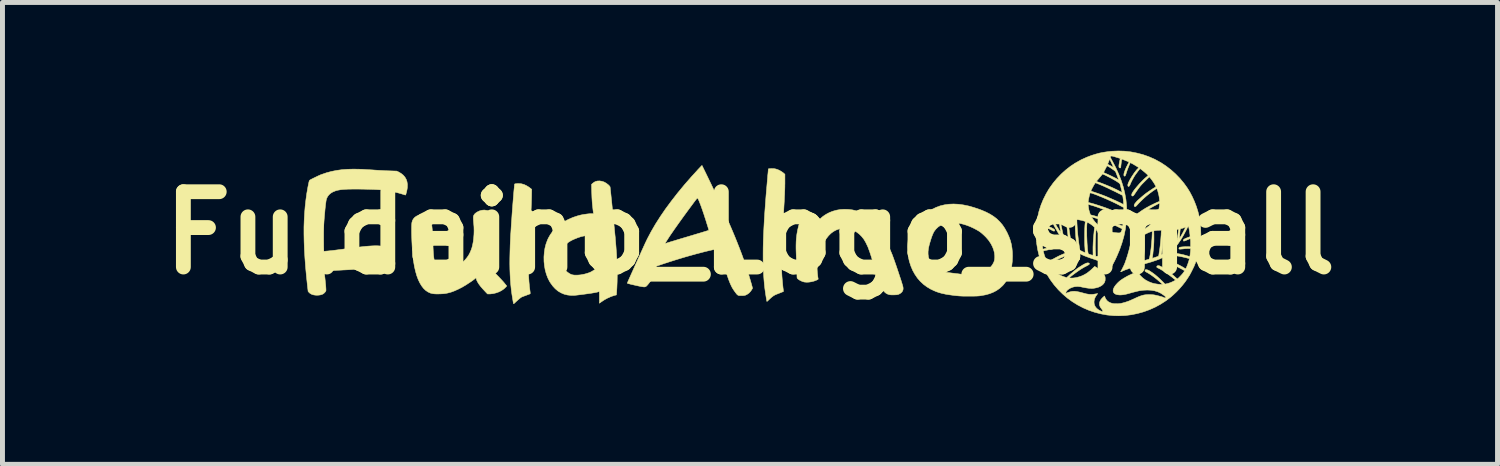
<source format=kicad_pcb>
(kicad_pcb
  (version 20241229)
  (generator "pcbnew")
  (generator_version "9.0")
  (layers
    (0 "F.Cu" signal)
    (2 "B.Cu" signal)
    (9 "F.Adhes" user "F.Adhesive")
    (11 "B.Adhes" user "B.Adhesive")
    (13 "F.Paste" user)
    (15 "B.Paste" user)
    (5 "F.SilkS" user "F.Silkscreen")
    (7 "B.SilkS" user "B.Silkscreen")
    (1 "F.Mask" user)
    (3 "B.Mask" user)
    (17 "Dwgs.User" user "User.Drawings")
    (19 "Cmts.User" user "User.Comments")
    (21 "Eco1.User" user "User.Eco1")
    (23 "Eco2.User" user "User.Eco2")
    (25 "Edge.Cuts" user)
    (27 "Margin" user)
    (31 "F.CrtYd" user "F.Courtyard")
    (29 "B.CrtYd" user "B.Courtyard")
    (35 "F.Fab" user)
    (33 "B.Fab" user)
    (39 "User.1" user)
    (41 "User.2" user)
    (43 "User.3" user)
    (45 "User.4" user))
  (footprint "Fuldaino_Logo_small"
    (layer "F.Cu")
    (at 12.127 1.664)
    (property "Reference" "Fuldaino_Logo_small" (at 0 0 0) (layer "F.SilkS") (effects (font (size 1.524 1.524) (thickness 0.3))))
    (attr through_hole)
    (fp_poly (pts (xy 0.507 -1.298) (xy 0.545 -1.288) (xy 0.586 -1.271) (xy 0.592 -1.268) (xy 0.617 -1.254) (xy 0.643 -1.238) (xy 0.666 -1.222) (xy 0.672 -1.217) (xy 0.706 -1.188) (xy 0.706 -1.058) (xy 0.706 -1.026) (xy 0.706 -0.996) (xy 0.705 -0.965) (xy 0.705 -0.933) (xy 0.704 -0.9) (xy 0.703 -0.865) (xy 0.701 -0.827) (xy 0.7 -0.785) (xy 0.697 -0.738) (xy 0.695 -0.687) (xy 0.692 -0.629) (xy 0.688 -0.565) (xy 0.684 -0.493) (xy 0.68 -0.413) (xy 0.674 -0.325) (xy 0.671 -0.259) (xy 0.665 -0.156) (xy 0.659 -0.063) (xy 0.655 0.022) (xy 0.65 0.099) (xy 0.647 0.168) (xy 0.644 0.232) (xy 0.641 0.289) (xy 0.639 0.342) (xy 0.638 0.39) (xy 0.637 0.435) (xy 0.636 0.476) (xy 0.636 0.516) (xy 0.636 0.555) (xy 0.636 0.593) (xy 0.637 0.631) (xy 0.637 0.635) (xy 0.639 0.721) (xy 0.642 0.801) (xy 0.646 0.875) (xy 0.652 0.949) (xy 0.659 1.024) (xy 0.667 1.103) (xy 0.674 1.157) (xy 0.677 1.184) (xy 0.65 1.196) (xy 0.634 1.202) (xy 0.612 1.211) (xy 0.586 1.221) (xy 0.56 1.231) (xy 0.559 1.232) (xy 0.527 1.244) (xy 0.5 1.257) (xy 0.476 1.271) (xy 0.453 1.288) (xy 0.427 1.309) (xy 0.398 1.336) (xy 0.39 1.343) (xy 0.37 1.363) (xy 0.356 1.376) (xy 0.347 1.383) (xy 0.342 1.386) (xy 0.34 1.386) (xy 0.34 1.385) (xy 0.34 1.379) (xy 0.337 1.366) (xy 0.334 1.345) (xy 0.329 1.32) (xy 0.325 1.295) (xy 0.312 1.211) (xy 0.3 1.125) (xy 0.29 1.036) (xy 0.282 0.943) (xy 0.275 0.847) (xy 0.27 0.747) (xy 0.266 0.641) (xy 0.265 0.531) (xy 0.265 0.415) (xy 0.266 0.294) (xy 0.269 0.166) (xy 0.274 0.031) (xy 0.281 -0.111) (xy 0.289 -0.26) (xy 0.299 -0.417) (xy 0.311 -0.583) (xy 0.324 -0.757) (xy 0.34 -0.941) (xy 0.356 -1.126) (xy 0.359 -1.167) (xy 0.363 -1.204) (xy 0.366 -1.236) (xy 0.368 -1.263) (xy 0.37 -1.283) (xy 0.371 -1.294) (xy 0.371 -1.297) (xy 0.376 -1.298) (xy 0.388 -1.3) (xy 0.407 -1.301) (xy 0.423 -1.302) (xy 0.468 -1.303) (xy 0.507 -1.298)) (stroke (width 0.01) (type solid)) (fill yes) (layer "F.SilkS"))
    (fp_poly (pts (xy -4.656 -0.998) (xy -4.633 -0.996) (xy -4.618 -0.993) (xy -4.572 -0.98) (xy -4.525 -0.958) (xy -4.479 -0.93) (xy -4.458 -0.915) (xy -4.418 -0.883) (xy -4.421 -0.72) (xy -4.422 -0.685) (xy -4.423 -0.651) (xy -4.424 -0.617) (xy -4.425 -0.583) (xy -4.427 -0.548) (xy -4.428 -0.511) (xy -4.43 -0.471) (xy -4.432 -0.427) (xy -4.435 -0.378) (xy -4.438 -0.324) (xy -4.442 -0.263) (xy -4.446 -0.195) (xy -4.45 -0.119) (xy -4.455 -0.034) (xy -4.458 0) (xy -4.463 0.084) (xy -4.467 0.159) (xy -4.471 0.226) (xy -4.474 0.285) (xy -4.477 0.338) (xy -4.479 0.386) (xy -4.481 0.429) (xy -4.483 0.469) (xy -4.484 0.507) (xy -4.485 0.543) (xy -4.485 0.579) (xy -4.485 0.615) (xy -4.486 0.652) (xy -4.486 0.653) (xy -4.484 0.766) (xy -4.48 0.877) (xy -4.473 0.984) (xy -4.464 1.084) (xy -4.452 1.176) (xy -4.452 1.176) (xy -4.449 1.197) (xy -4.448 1.215) (xy -4.448 1.227) (xy -4.449 1.23) (xy -4.455 1.233) (xy -4.468 1.239) (xy -4.488 1.246) (xy -4.513 1.255) (xy -4.529 1.262) (xy -4.557 1.272) (xy -4.582 1.281) (xy -4.603 1.289) (xy -4.617 1.295) (xy -4.622 1.297) (xy -4.638 1.308) (xy -4.661 1.325) (xy -4.689 1.349) (xy -4.722 1.379) (xy -4.741 1.396) (xy -4.759 1.414) (xy -4.772 1.425) (xy -4.779 1.431) (xy -4.784 1.432) (xy -4.786 1.429) (xy -4.787 1.424) (xy -4.789 1.414) (xy -4.793 1.396) (xy -4.797 1.373) (xy -4.801 1.346) (xy -4.803 1.337) (xy -4.818 1.243) (xy -4.831 1.148) (xy -4.841 1.05) (xy -4.849 0.95) (xy -4.855 0.845) (xy -4.859 0.736) (xy -4.861 0.621) (xy -4.86 0.5) (xy -4.857 0.372) (xy -4.853 0.236) (xy -4.846 0.091) (xy -4.844 0.048) (xy -4.84 -0.008) (xy -4.836 -0.071) (xy -4.832 -0.14) (xy -4.827 -0.214) (xy -4.821 -0.291) (xy -4.816 -0.37) (xy -4.81 -0.45) (xy -4.804 -0.529) (xy -4.798 -0.606) (xy -4.792 -0.68) (xy -4.786 -0.75) (xy -4.781 -0.814) (xy -4.776 -0.87) (xy -4.771 -0.918) (xy -4.77 -0.931) (xy -4.768 -0.953) (xy -4.766 -0.972) (xy -4.765 -0.984) (xy -4.765 -0.988) (xy -4.76 -0.992) (xy -4.747 -0.995) (xy -4.729 -0.997) (xy -4.706 -0.999) (xy -4.681 -0.999) (xy -4.656 -0.998)) (stroke (width 0.01) (type solid)) (fill yes) (layer "F.SilkS"))
    (fp_poly (pts (xy 1.996 -0.476) (xy 2.076 -0.466) (xy 2.153 -0.448) (xy 2.226 -0.423) (xy 2.295 -0.39) (xy 2.355 -0.353) (xy 2.417 -0.304) (xy 2.477 -0.247) (xy 2.536 -0.181) (xy 2.593 -0.106) (xy 2.649 -0.023) (xy 2.704 0.07) (xy 2.757 0.172) (xy 2.81 0.283) (xy 2.863 0.405) (xy 2.883 0.455) (xy 2.891 0.477) (xy 2.902 0.507) (xy 2.915 0.543) (xy 2.93 0.586) (xy 2.947 0.634) (xy 2.964 0.684) (xy 2.982 0.737) (xy 3 0.791) (xy 3.008 0.815) (xy 3.028 0.876) (xy 3.046 0.929) (xy 3.06 0.973) (xy 3.072 1.011) (xy 3.081 1.042) (xy 3.089 1.067) (xy 3.094 1.088) (xy 3.097 1.105) (xy 3.098 1.119) (xy 3.098 1.131) (xy 3.097 1.141) (xy 3.095 1.151) (xy 3.092 1.161) (xy 3.091 1.165) (xy 3.077 1.19) (xy 3.056 1.212) (xy 3.028 1.231) (xy 3.009 1.24) (xy 2.994 1.245) (xy 2.979 1.248) (xy 2.96 1.251) (xy 2.936 1.252) (xy 2.911 1.253) (xy 2.871 1.253) (xy 2.841 1.252) (xy 2.819 1.248) (xy 2.817 1.248) (xy 2.781 1.236) (xy 2.752 1.22) (xy 2.727 1.2) (xy 2.704 1.172) (xy 2.689 1.15) (xy 2.669 1.114) (xy 2.648 1.072) (xy 2.627 1.024) (xy 2.605 0.969) (xy 2.583 0.907) (xy 2.56 0.836) (xy 2.536 0.757) (xy 2.511 0.673) (xy 2.488 0.592) (xy 2.465 0.516) (xy 2.443 0.446) (xy 2.422 0.383) (xy 2.402 0.328) (xy 2.385 0.282) (xy 2.38 0.272) (xy 2.344 0.196) (xy 2.305 0.129) (xy 2.26 0.072) (xy 2.211 0.023) (xy 2.157 -0.018) (xy 2.098 -0.05) (xy 2.034 -0.073) (xy 1.964 -0.089) (xy 1.946 -0.092) (xy 1.907 -0.095) (xy 1.868 -0.093) (xy 1.86 -0.092) (xy 1.799 -0.08) (xy 1.742 -0.059) (xy 1.688 -0.03) (xy 1.637 0.008) (xy 1.589 0.056) (xy 1.544 0.113) (xy 1.501 0.18) (xy 1.46 0.256) (xy 1.457 0.262) (xy 1.419 0.353) (xy 1.389 0.448) (xy 1.369 0.545) (xy 1.359 0.643) (xy 1.358 0.737) (xy 1.36 0.771) (xy 1.363 0.808) (xy 1.367 0.845) (xy 1.371 0.879) (xy 1.375 0.908) (xy 1.379 0.928) (xy 1.379 0.934) (xy 1.375 0.939) (xy 1.365 0.945) (xy 1.347 0.954) (xy 1.345 0.955) (xy 1.295 0.974) (xy 1.244 0.987) (xy 1.193 0.995) (xy 1.144 0.997) (xy 1.099 0.993) (xy 1.072 0.986) (xy 1.044 0.975) (xy 1.014 0.961) (xy 0.987 0.944) (xy 0.966 0.928) (xy 0.964 0.926) (xy 0.958 0.92) (xy 0.954 0.914) (xy 0.952 0.906) (xy 0.951 0.894) (xy 0.95 0.876) (xy 0.95 0.85) (xy 0.95 0.849) (xy 0.95 0.827) (xy 0.949 0.797) (xy 0.948 0.761) (xy 0.946 0.721) (xy 0.945 0.678) (xy 0.943 0.635) (xy 0.943 0.625) (xy 0.939 0.544) (xy 0.936 0.473) (xy 0.934 0.41) (xy 0.932 0.354) (xy 0.931 0.304) (xy 0.931 0.259) (xy 0.932 0.219) (xy 0.933 0.181) (xy 0.935 0.146) (xy 0.938 0.111) (xy 0.942 0.077) (xy 0.946 0.042) (xy 0.95 0.013) (xy 0.963 -0.058) (xy 0.98 -0.13) (xy 1.001 -0.201) (xy 1.024 -0.267) (xy 1.05 -0.329) (xy 1.078 -0.383) (xy 1.096 -0.413) (xy 1.11 -0.433) (xy 1.148 -0.43) (xy 1.189 -0.424) (xy 1.233 -0.412) (xy 1.277 -0.395) (xy 1.317 -0.375) (xy 1.348 -0.354) (xy 1.367 -0.335) (xy 1.384 -0.313) (xy 1.394 -0.29) (xy 1.395 -0.284) (xy 1.398 -0.274) (xy 1.402 -0.269) (xy 1.402 -0.269) (xy 1.407 -0.273) (xy 1.416 -0.282) (xy 1.43 -0.294) (xy 1.433 -0.298) (xy 1.467 -0.328) (xy 1.51 -0.359) (xy 1.558 -0.388) (xy 1.609 -0.414) (xy 1.662 -0.435) (xy 1.679 -0.441) (xy 1.755 -0.462) (xy 1.834 -0.475) (xy 1.915 -0.479) (xy 1.996 -0.476)) (stroke (width 0.01) (type solid)) (fill yes) (layer "F.SilkS"))
    (fp_poly (pts (xy 4.217 -0.581) (xy 4.319 -0.567) (xy 4.426 -0.545) (xy 4.537 -0.513) (xy 4.653 -0.473) (xy 4.691 -0.459) (xy 4.781 -0.42) (xy 4.861 -0.378) (xy 4.933 -0.332) (xy 4.997 -0.282) (xy 5.055 -0.225) (xy 5.108 -0.163) (xy 5.155 -0.093) (xy 5.198 -0.015) (xy 5.207 0.003) (xy 5.241 0.079) (xy 5.268 0.153) (xy 5.288 0.229) (xy 5.301 0.307) (xy 5.309 0.391) (xy 5.311 0.47) (xy 5.307 0.573) (xy 5.296 0.669) (xy 5.278 0.758) (xy 5.252 0.841) (xy 5.218 0.916) (xy 5.177 0.985) (xy 5.129 1.047) (xy 5.103 1.074) (xy 5.047 1.124) (xy 4.986 1.166) (xy 4.919 1.201) (xy 4.845 1.23) (xy 4.765 1.252) (xy 4.676 1.268) (xy 4.644 1.273) (xy 4.617 1.275) (xy 4.582 1.277) (xy 4.541 1.278) (xy 4.495 1.279) (xy 4.446 1.279) (xy 4.396 1.279) (xy 4.347 1.279) (xy 4.302 1.278) (xy 4.261 1.276) (xy 4.239 1.275) (xy 4.193 1.271) (xy 4.143 1.266) (xy 4.091 1.259) (xy 4.04 1.252) (xy 3.993 1.245) (xy 3.953 1.238) (xy 3.945 1.236) (xy 3.88 1.222) (xy 3.823 1.206) (xy 3.77 1.188) (xy 3.718 1.166) (xy 3.664 1.14) (xy 3.662 1.14) (xy 3.584 1.094) (xy 3.512 1.041) (xy 3.446 0.98) (xy 3.387 0.912) (xy 3.336 0.837) (xy 3.291 0.756) (xy 3.254 0.668) (xy 3.224 0.575) (xy 3.202 0.476) (xy 3.202 0.475) (xy 3.198 0.446) (xy 3.196 0.411) (xy 3.194 0.378) (xy 3.603 0.378) (xy 3.603 0.428) (xy 3.609 0.479) (xy 3.624 0.54) (xy 3.644 0.594) (xy 3.672 0.641) (xy 3.707 0.681) (xy 3.749 0.715) (xy 3.789 0.738) (xy 3.811 0.749) (xy 3.832 0.759) (xy 3.853 0.767) (xy 3.875 0.775) (xy 3.899 0.781) (xy 3.926 0.787) (xy 3.958 0.793) (xy 3.995 0.799) (xy 4.039 0.805) (xy 4.09 0.812) (xy 4.151 0.819) (xy 4.155 0.82) (xy 4.2 0.825) (xy 4.243 0.831) (xy 4.283 0.835) (xy 4.319 0.84) (xy 4.348 0.843) (xy 4.371 0.846) (xy 4.384 0.848) (xy 4.403 0.849) (xy 4.429 0.851) (xy 4.459 0.851) (xy 4.491 0.851) (xy 4.506 0.851) (xy 4.54 0.85) (xy 4.567 0.849) (xy 4.59 0.847) (xy 4.609 0.844) (xy 4.63 0.839) (xy 4.639 0.837) (xy 4.701 0.815) (xy 4.759 0.786) (xy 4.812 0.749) (xy 4.857 0.705) (xy 4.874 0.685) (xy 4.903 0.646) (xy 4.924 0.61) (xy 4.939 0.576) (xy 4.948 0.54) (xy 4.952 0.502) (xy 4.952 0.462) (xy 4.945 0.401) (xy 4.93 0.341) (xy 4.907 0.281) (xy 4.876 0.22) (xy 4.835 0.158) (xy 4.827 0.147) (xy 4.801 0.116) (xy 4.77 0.081) (xy 4.735 0.047) (xy 4.7 0.015) (xy 4.666 -0.013) (xy 4.643 -0.03) (xy 4.586 -0.064) (xy 4.523 -0.097) (xy 4.456 -0.128) (xy 4.389 -0.154) (xy 4.323 -0.175) (xy 4.271 -0.188) (xy 4.198 -0.2) (xy 4.125 -0.205) (xy 4.055 -0.204) (xy 3.989 -0.197) (xy 3.928 -0.184) (xy 3.895 -0.173) (xy 3.848 -0.15) (xy 3.804 -0.119) (xy 3.764 -0.081) (xy 3.731 -0.039) (xy 3.714 -0.011) (xy 3.7 0.02) (xy 3.684 0.059) (xy 3.668 0.103) (xy 3.653 0.151) (xy 3.638 0.2) (xy 3.625 0.247) (xy 3.615 0.291) (xy 3.609 0.325) (xy 3.603 0.378) (xy 3.194 0.378) (xy 3.194 0.371) (xy 3.193 0.327) (xy 3.192 0.283) (xy 3.193 0.24) (xy 3.195 0.201) (xy 3.198 0.167) (xy 3.201 0.141) (xy 3.202 0.137) (xy 3.211 0.101) (xy 3.222 0.061) (xy 3.236 0.022) (xy 3.249 -0.013) (xy 3.262 -0.042) (xy 3.294 -0.098) (xy 3.333 -0.157) (xy 3.379 -0.217) (xy 3.429 -0.274) (xy 3.481 -0.328) (xy 3.531 -0.372) (xy 3.606 -0.429) (xy 3.683 -0.478) (xy 3.764 -0.517) (xy 3.847 -0.548) (xy 3.934 -0.569) (xy 4.025 -0.582) (xy 4.119 -0.586) (xy 4.217 -0.581)) (stroke (width 0.01) (type solid)) (fill yes) (layer "F.SilkS"))
    (fp_poly (pts (xy -5.328 -0.457) (xy -5.312 -0.452) (xy -5.28 -0.438) (xy -5.252 -0.416) (xy -5.229 -0.386) (xy -5.21 -0.348) (xy -5.196 -0.301) (xy -5.185 -0.246) (xy -5.181 -0.21) (xy -5.179 -0.188) (xy -5.178 -0.166) (xy -5.178 -0.142) (xy -5.178 -0.115) (xy -5.179 -0.086) (xy -5.181 -0.052) (xy -5.184 -0.014) (xy -5.188 0.03) (xy -5.193 0.08) (xy -5.199 0.138) (xy -5.206 0.204) (xy -5.214 0.279) (xy -5.217 0.305) (xy -5.224 0.361) (xy -5.229 0.409) (xy -5.232 0.45) (xy -5.235 0.485) (xy -5.236 0.517) (xy -5.235 0.546) (xy -5.234 0.574) (xy -5.231 0.603) (xy -5.227 0.634) (xy -5.224 0.653) (xy -5.219 0.684) (xy -5.213 0.712) (xy -5.205 0.736) (xy -5.195 0.759) (xy -5.181 0.781) (xy -5.162 0.806) (xy -5.139 0.833) (xy -5.109 0.864) (xy -5.085 0.888) (xy -5.059 0.916) (xy -5.032 0.945) (xy -5.006 0.973) (xy -4.983 0.999) (xy -4.966 1.02) (xy -4.966 1.02) (xy -4.923 1.073) (xy -4.939 1.092) (xy -4.978 1.13) (xy -5.025 1.163) (xy -5.078 1.191) (xy -5.136 1.212) (xy -5.196 1.227) (xy -5.257 1.234) (xy -5.278 1.234) (xy -5.312 1.234) (xy -5.357 1.187) (xy -5.409 1.131) (xy -5.453 1.08) (xy -5.488 1.033) (xy -5.514 0.991) (xy -5.532 0.954) (xy -5.54 0.926) (xy -5.543 0.915) (xy -5.546 0.909) (xy -5.546 0.909) (xy -5.551 0.912) (xy -5.561 0.92) (xy -5.572 0.93) (xy -5.585 0.94) (xy -5.603 0.954) (xy -5.627 0.971) (xy -5.651 0.988) (xy -5.662 0.995) (xy -5.747 1.051) (xy -5.828 1.099) (xy -5.905 1.138) (xy -5.978 1.171) (xy -6.048 1.197) (xy -6.115 1.215) (xy -6.16 1.224) (xy -6.191 1.228) (xy -6.228 1.231) (xy -6.269 1.233) (xy -6.311 1.234) (xy -6.351 1.234) (xy -6.387 1.232) (xy -6.414 1.229) (xy -6.467 1.217) (xy -6.517 1.194) (xy -6.564 1.162) (xy -6.607 1.121) (xy -6.646 1.07) (xy -6.682 1.01) (xy -6.715 0.941) (xy -6.744 0.863) (xy -6.769 0.775) (xy -6.791 0.679) (xy -6.809 0.573) (xy -6.82 0.488) (xy -6.824 0.442) (xy -6.829 0.39) (xy -6.833 0.335) (xy -6.837 0.277) (xy -6.84 0.217) (xy -6.843 0.157) (xy -6.845 0.097) (xy -6.847 0.039) (xy -6.848 -0.016) (xy -6.848 -0.067) (xy -6.848 -0.113) (xy -6.847 -0.153) (xy -6.845 -0.184) (xy -6.843 -0.207) (xy -6.842 -0.211) (xy -6.831 -0.251) (xy -6.811 -0.286) (xy -6.784 -0.316) (xy -6.748 -0.341) (xy -6.703 -0.362) (xy -6.697 -0.364) (xy -6.664 -0.374) (xy -6.625 -0.382) (xy -6.584 -0.388) (xy -6.545 -0.391) (xy -6.532 -0.391) (xy -6.494 -0.391) (xy -6.478 -0.337) (xy -6.466 -0.292) (xy -6.455 -0.247) (xy -6.446 -0.2) (xy -6.439 -0.151) (xy -6.433 -0.097) (xy -6.428 -0.038) (xy -6.424 0.028) (xy -6.421 0.102) (xy -6.419 0.16) (xy -6.416 0.24) (xy -6.413 0.31) (xy -6.41 0.372) (xy -6.406 0.426) (xy -6.402 0.474) (xy -6.396 0.516) (xy -6.39 0.554) (xy -6.383 0.588) (xy -6.374 0.618) (xy -6.365 0.647) (xy -6.354 0.675) (xy -6.345 0.693) (xy -6.332 0.718) (xy -6.317 0.744) (xy -6.3 0.768) (xy -6.284 0.788) (xy -6.271 0.802) (xy -6.267 0.805) (xy -6.254 0.81) (xy -6.233 0.812) (xy -6.207 0.812) (xy -6.179 0.809) (xy -6.15 0.804) (xy -6.145 0.803) (xy -6.097 0.787) (xy -6.044 0.762) (xy -5.989 0.73) (xy -5.931 0.691) (xy -5.873 0.645) (xy -5.86 0.634) (xy -5.807 0.586) (xy -5.762 0.54) (xy -5.724 0.494) (xy -5.692 0.447) (xy -5.666 0.397) (xy -5.643 0.343) (xy -5.629 0.303) (xy -5.614 0.245) (xy -5.601 0.178) (xy -5.592 0.106) (xy -5.586 0.03) (xy -5.584 -0.047) (xy -5.586 -0.125) (xy -5.592 -0.201) (xy -5.594 -0.217) (xy -5.596 -0.244) (xy -5.598 -0.274) (xy -5.599 -0.299) (xy -5.599 -0.321) (xy -5.597 -0.337) (xy -5.593 -0.35) (xy -5.587 -0.362) (xy -5.575 -0.38) (xy -5.561 -0.395) (xy -5.544 -0.408) (xy -5.52 -0.424) (xy -5.472 -0.447) (xy -5.424 -0.46) (xy -5.376 -0.464) (xy -5.328 -0.457)) (stroke (width 0.01) (type solid)) (fill yes) (layer "F.SilkS"))
    (fp_poly (pts (xy -2.999 -1.046) (xy -2.953 -1.031) (xy -2.91 -1.007) (xy -2.87 -0.976) (xy -2.867 -0.974) (xy -2.852 -0.959) (xy -2.84 -0.945) (xy -2.833 -0.935) (xy -2.832 -0.933) (xy -2.831 -0.926) (xy -2.829 -0.91) (xy -2.827 -0.885) (xy -2.823 -0.853) (xy -2.819 -0.814) (xy -2.814 -0.769) (xy -2.809 -0.718) (xy -2.803 -0.664) (xy -2.797 -0.605) (xy -2.791 -0.544) (xy -2.785 -0.481) (xy -2.778 -0.417) (xy -2.772 -0.353) (xy -2.765 -0.289) (xy -2.759 -0.227) (xy -2.753 -0.166) (xy -2.747 -0.109) (xy -2.742 -0.055) (xy -2.737 -0.007) (xy -2.733 0.037) (xy -2.729 0.074) (xy -2.726 0.104) (xy -2.726 0.112) (xy -2.712 0.279) (xy -2.701 0.436) (xy -2.693 0.585) (xy -2.689 0.727) (xy -2.687 0.861) (xy -2.689 0.989) (xy -2.694 1.112) (xy -2.7 1.212) (xy -2.704 1.254) (xy -2.745 1.264) (xy -2.811 1.286) (xy -2.879 1.316) (xy -2.946 1.352) (xy -3.006 1.392) (xy -3.048 1.422) (xy -3.048 1.302) (xy -3.048 1.264) (xy -3.048 1.235) (xy -3.049 1.214) (xy -3.049 1.2) (xy -3.051 1.191) (xy -3.052 1.187) (xy -3.054 1.186) (xy -3.057 1.186) (xy -3.072 1.191) (xy -3.091 1.197) (xy -3.115 1.202) (xy -3.145 1.208) (xy -3.181 1.214) (xy -3.223 1.221) (xy -3.274 1.228) (xy -3.332 1.236) (xy -3.4 1.245) (xy -3.439 1.25) (xy -3.482 1.255) (xy -3.517 1.259) (xy -3.546 1.262) (xy -3.57 1.264) (xy -3.593 1.264) (xy -3.614 1.264) (xy -3.625 1.263) (xy -3.696 1.255) (xy -3.763 1.238) (xy -3.826 1.211) (xy -3.885 1.176) (xy -3.94 1.13) (xy -3.99 1.076) (xy -4.036 1.013) (xy -4.056 0.982) (xy -4.093 0.909) (xy -4.122 0.831) (xy -4.145 0.748) (xy -4.16 0.661) (xy -4.169 0.573) (xy -4.169 0.558) (xy -3.8 0.558) (xy -3.8 0.587) (xy -3.799 0.609) (xy -3.797 0.626) (xy -3.794 0.643) (xy -3.788 0.661) (xy -3.787 0.663) (xy -3.77 0.706) (xy -3.747 0.743) (xy -3.717 0.775) (xy -3.679 0.805) (xy -3.671 0.81) (xy -3.641 0.829) (xy -3.613 0.842) (xy -3.585 0.849) (xy -3.553 0.853) (xy -3.526 0.853) (xy -3.496 0.853) (xy -3.462 0.851) (xy -3.43 0.848) (xy -3.417 0.846) (xy -3.341 0.831) (xy -3.269 0.809) (xy -3.239 0.798) (xy -3.213 0.785) (xy -3.182 0.767) (xy -3.15 0.747) (xy -3.12 0.727) (xy -3.096 0.708) (xy -3.094 0.707) (xy -3.077 0.691) (xy -3.08 0.517) (xy -3.082 0.428) (xy -3.085 0.348) (xy -3.088 0.279) (xy -3.091 0.219) (xy -3.094 0.169) (xy -3.098 0.128) (xy -3.103 0.096) (xy -3.107 0.074) (xy -3.112 0.061) (xy -3.114 0.059) (xy -3.122 0.055) (xy -3.139 0.052) (xy -3.162 0.049) (xy -3.189 0.048) (xy -3.219 0.047) (xy -3.249 0.048) (xy -3.279 0.049) (xy -3.29 0.05) (xy -3.355 0.06) (xy -3.419 0.074) (xy -3.483 0.095) (xy -3.55 0.122) (xy -3.553 0.123) (xy -3.593 0.141) (xy -3.629 0.16) (xy -3.661 0.179) (xy -3.686 0.197) (xy -3.704 0.212) (xy -3.706 0.214) (xy -3.727 0.243) (xy -3.747 0.281) (xy -3.764 0.326) (xy -3.778 0.376) (xy -3.789 0.43) (xy -3.797 0.486) (xy -3.8 0.544) (xy -3.8 0.558) (xy -4.169 0.558) (xy -4.17 0.484) (xy -4.163 0.395) (xy -4.15 0.308) (xy -4.129 0.225) (xy -4.1 0.146) (xy -4.082 0.106) (xy -4.041 0.034) (xy -3.993 -0.033) (xy -3.939 -0.093) (xy -3.877 -0.149) (xy -3.807 -0.2) (xy -3.728 -0.247) (xy -3.68 -0.272) (xy -3.585 -0.314) (xy -3.489 -0.346) (xy -3.424 -0.363) (xy -3.379 -0.372) (xy -3.333 -0.379) (xy -3.288 -0.385) (xy -3.246 -0.389) (xy -3.212 -0.391) (xy -3.207 -0.391) (xy -3.168 -0.391) (xy -3.171 -0.418) (xy -3.173 -0.433) (xy -3.176 -0.456) (xy -3.179 -0.482) (xy -3.182 -0.51) (xy -3.182 -0.513) (xy -3.188 -0.566) (xy -3.193 -0.615) (xy -3.196 -0.662) (xy -3.199 -0.711) (xy -3.201 -0.763) (xy -3.203 -0.822) (xy -3.204 -0.846) (xy -3.207 -0.983) (xy -3.184 -1.004) (xy -3.154 -1.027) (xy -3.124 -1.042) (xy -3.09 -1.051) (xy -3.045 -1.053) (xy -2.999 -1.046)) (stroke (width 0.01) (type solid)) (fill yes) (layer "F.SilkS"))
    (fp_poly (pts (xy -0.871 -1.16) (xy -0.785 -0.982) (xy -0.705 -0.813) (xy -0.629 -0.651) (xy -0.557 -0.497) (xy -0.49 -0.349) (xy -0.428 -0.208) (xy -0.369 -0.072) (xy -0.314 0.059) (xy -0.263 0.185) (xy -0.215 0.307) (xy -0.17 0.425) (xy -0.128 0.54) (xy -0.089 0.653) (xy -0.053 0.764) (xy -0.019 0.872) (xy 0.013 0.98) (xy 0.031 1.043) (xy 0.051 1.118) (xy 0.037 1.144) (xy 0.011 1.182) (xy -0.021 1.216) (xy -0.058 1.242) (xy -0.069 1.248) (xy -0.088 1.257) (xy -0.102 1.262) (xy -0.117 1.265) (xy -0.135 1.267) (xy -0.159 1.268) (xy -0.183 1.268) (xy -0.206 1.268) (xy -0.223 1.266) (xy -0.23 1.265) (xy -0.241 1.261) (xy -0.252 1.254) (xy -0.264 1.243) (xy -0.278 1.227) (xy -0.295 1.204) (xy -0.314 1.179) (xy -0.33 1.155) (xy -0.346 1.131) (xy -0.361 1.106) (xy -0.375 1.079) (xy -0.389 1.049) (xy -0.404 1.016) (xy -0.419 0.978) (xy -0.436 0.935) (xy -0.453 0.885) (xy -0.473 0.827) (xy -0.495 0.762) (xy -0.51 0.718) (xy -0.525 0.673) (xy -0.54 0.629) (xy -0.554 0.588) (xy -0.567 0.551) (xy -0.579 0.519) (xy -0.588 0.494) (xy -0.596 0.477) (xy -0.596 0.475) (xy -0.611 0.446) (xy -0.628 0.416) (xy -0.646 0.387) (xy -0.664 0.363) (xy -0.679 0.344) (xy -0.683 0.34) (xy -0.696 0.328) (xy -0.751 0.34) (xy -0.827 0.357) (xy -0.911 0.377) (xy -1.002 0.401) (xy -1.099 0.426) (xy -1.199 0.454) (xy -1.302 0.483) (xy -1.406 0.514) (xy -1.51 0.546) (xy -1.612 0.578) (xy -1.711 0.61) (xy -1.773 0.631) (xy -1.897 0.673) (xy -1.911 0.729) (xy -1.93 0.799) (xy -1.953 0.861) (xy -1.979 0.917) (xy -2.009 0.969) (xy -2.046 1.018) (xy -2.069 1.046) (xy -2.087 1.066) (xy -2.102 1.08) (xy -2.115 1.087) (xy -2.129 1.091) (xy -2.144 1.092) (xy -2.157 1.091) (xy -2.177 1.088) (xy -2.203 1.084) (xy -2.234 1.078) (xy -2.267 1.071) (xy -2.303 1.063) (xy -2.339 1.055) (xy -2.373 1.047) (xy -2.406 1.04) (xy -2.434 1.032) (xy -2.458 1.026) (xy -2.474 1.021) (xy -2.483 1.017) (xy -2.484 1.016) (xy -2.482 1.011) (xy -2.476 0.997) (xy -2.467 0.975) (xy -2.454 0.946) (xy -2.439 0.912) (xy -2.421 0.872) (xy -2.401 0.827) (xy -2.379 0.779) (xy -2.356 0.727) (xy -2.332 0.673) (xy -2.307 0.618) (xy -2.281 0.562) (xy -2.256 0.506) (xy -2.231 0.451) (xy -2.207 0.397) (xy -2.184 0.346) (xy -2.162 0.298) (xy -2.142 0.254) (xy -2.124 0.215) (xy -2.124 0.215) (xy -1.722 0.215) (xy -1.718 0.214) (xy -1.706 0.21) (xy -1.688 0.205) (xy -1.673 0.2) (xy -1.66 0.196) (xy -1.638 0.189) (xy -1.609 0.18) (xy -1.572 0.169) (xy -1.529 0.156) (xy -1.48 0.141) (xy -1.427 0.125) (xy -1.37 0.108) (xy -1.31 0.09) (xy -1.248 0.072) (xy -1.229 0.066) (xy -1.168 0.048) (xy -1.11 0.03) (xy -1.056 0.014) (xy -1.005 -0.001) (xy -0.96 -0.015) (xy -0.921 -0.027) (xy -0.887 -0.037) (xy -0.862 -0.045) (xy -0.844 -0.05) (xy -0.835 -0.053) (xy -0.834 -0.054) (xy -0.834 -0.059) (xy -0.838 -0.073) (xy -0.844 -0.094) (xy -0.852 -0.122) (xy -0.862 -0.154) (xy -0.874 -0.191) (xy -0.886 -0.231) (xy -0.899 -0.272) (xy -0.913 -0.314) (xy -0.926 -0.355) (xy -0.939 -0.395) (xy -0.952 -0.432) (xy -0.963 -0.466) (xy -0.972 -0.49) (xy -0.987 -0.533) (xy -1.002 -0.573) (xy -1.017 -0.611) (xy -1.03 -0.644) (xy -1.042 -0.671) (xy -1.052 -0.692) (xy -1.059 -0.704) (xy -1.061 -0.706) (xy -1.065 -0.705) (xy -1.07 -0.702) (xy -1.078 -0.693) (xy -1.089 -0.68) (xy -1.104 -0.661) (xy -1.124 -0.635) (xy -1.141 -0.612) (xy -1.192 -0.543) (xy -1.244 -0.473) (xy -1.296 -0.402) (xy -1.348 -0.331) (xy -1.398 -0.261) (xy -1.447 -0.193) (xy -1.493 -0.128) (xy -1.536 -0.067) (xy -1.575 -0.01) (xy -1.61 0.04) (xy -1.639 0.084) (xy -1.649 0.1) (xy -1.669 0.13) (xy -1.686 0.158) (xy -1.701 0.181) (xy -1.712 0.199) (xy -1.72 0.211) (xy -1.722 0.215) (xy -2.124 0.215) (xy -2.108 0.181) (xy -2.095 0.153) (xy -2.085 0.133) (xy -2.079 0.12) (xy -2.001 -0.027) (xy -1.914 -0.177) (xy -1.816 -0.331) (xy -1.709 -0.487) (xy -1.592 -0.645) (xy -1.466 -0.807) (xy -1.33 -0.972) (xy -1.184 -1.139) (xy -1.076 -1.257) (xy -1.053 -1.283) (xy -1.031 -1.306) (xy -1.012 -1.326) (xy -0.997 -1.342) (xy -0.987 -1.353) (xy -0.984 -1.355) (xy -0.972 -1.367) (xy -0.871 -1.16)) (stroke (width 0.01) (type solid)) (fill yes) (layer "F.SilkS"))
    (fp_poly (pts (xy -7.909 -1.29) (xy -7.875 -1.289) (xy -7.833 -1.287) (xy -7.786 -1.284) (xy -7.735 -1.281) (xy -7.682 -1.278) (xy -7.63 -1.275) (xy -7.592 -1.272) (xy -7.542 -1.269) (xy -7.489 -1.266) (xy -7.436 -1.263) (xy -7.385 -1.26) (xy -7.338 -1.258) (xy -7.297 -1.257) (xy -7.272 -1.256) (xy -7.15 -1.252) (xy -7.115 -1.236) (xy -7.063 -1.206) (xy -7.019 -1.171) (xy -6.984 -1.131) (xy -6.958 -1.086) (xy -6.941 -1.037) (xy -6.933 -0.982) (xy -6.934 -0.923) (xy -6.935 -0.916) (xy -6.938 -0.894) (xy -6.942 -0.869) (xy -6.948 -0.843) (xy -6.954 -0.818) (xy -6.96 -0.797) (xy -6.965 -0.78) (xy -6.97 -0.769) (xy -6.972 -0.767) (xy -6.979 -0.769) (xy -6.994 -0.773) (xy -7.012 -0.779) (xy -7.022 -0.782) (xy -7.061 -0.794) (xy -7.107 -0.807) (xy -7.157 -0.82) (xy -7.208 -0.832) (xy -7.257 -0.842) (xy -7.275 -0.845) (xy -7.318 -0.853) (xy -7.36 -0.859) (xy -7.402 -0.865) (xy -7.446 -0.87) (xy -7.493 -0.874) (xy -7.543 -0.877) (xy -7.599 -0.88) (xy -7.66 -0.882) (xy -7.728 -0.884) (xy -7.805 -0.886) (xy -7.864 -0.887) (xy -7.947 -0.888) (xy -8.02 -0.888) (xy -8.085 -0.887) (xy -8.142 -0.886) (xy -8.193 -0.883) (xy -8.238 -0.88) (xy -8.278 -0.876) (xy -8.313 -0.87) (xy -8.346 -0.864) (xy -8.376 -0.856) (xy -8.393 -0.85) (xy -8.442 -0.83) (xy -8.485 -0.804) (xy -8.521 -0.772) (xy -8.549 -0.735) (xy -8.568 -0.695) (xy -8.574 -0.673) (xy -8.579 -0.65) (xy -8.583 -0.618) (xy -8.589 -0.578) (xy -8.594 -0.53) (xy -8.6 -0.476) (xy -8.605 -0.416) (xy -8.611 -0.352) (xy -8.617 -0.283) (xy -8.622 -0.212) (xy -8.627 -0.139) (xy -8.629 -0.117) (xy -8.632 -0.07) (xy -8.634 -0.025) (xy -8.635 0.02) (xy -8.635 0.068) (xy -8.635 0.122) (xy -8.634 0.175) (xy -8.633 0.216) (xy -8.633 0.254) (xy -8.632 0.288) (xy -8.63 0.317) (xy -8.629 0.339) (xy -8.628 0.353) (xy -8.628 0.357) (xy -8.625 0.372) (xy -8.581 0.368) (xy -8.558 0.366) (xy -8.534 0.364) (xy -8.507 0.361) (xy -8.476 0.358) (xy -8.441 0.354) (xy -8.4 0.349) (xy -8.353 0.343) (xy -8.3 0.336) (xy -8.238 0.328) (xy -8.167 0.318) (xy -8.141 0.315) (xy -8.047 0.303) (xy -7.962 0.292) (xy -7.886 0.283) (xy -7.818 0.275) (xy -7.757 0.269) (xy -7.702 0.265) (xy -7.653 0.262) (xy -7.61 0.26) (xy -7.57 0.259) (xy -7.534 0.26) (xy -7.5 0.262) (xy -7.48 0.264) (xy -7.441 0.268) (xy -7.412 0.274) (xy -7.389 0.281) (xy -7.372 0.289) (xy -7.358 0.3) (xy -7.357 0.301) (xy -7.34 0.324) (xy -7.325 0.356) (xy -7.312 0.397) (xy -7.3 0.446) (xy -7.291 0.502) (xy -7.289 0.51) (xy -7.287 0.532) (xy -7.286 0.545) (xy -7.286 0.554) (xy -7.289 0.559) (xy -7.295 0.564) (xy -7.296 0.565) (xy -7.31 0.574) (xy -7.332 0.586) (xy -7.36 0.6) (xy -7.391 0.615) (xy -7.424 0.629) (xy -7.457 0.643) (xy -7.488 0.655) (xy -7.508 0.662) (xy -7.541 0.673) (xy -7.574 0.682) (xy -7.606 0.691) (xy -7.639 0.698) (xy -7.674 0.705) (xy -7.712 0.711) (xy -7.753 0.717) (xy -7.798 0.722) (xy -7.849 0.726) (xy -7.906 0.731) (xy -7.969 0.735) (xy -8.041 0.739) (xy -8.121 0.744) (xy -8.181 0.747) (xy -8.229 0.749) (xy -8.276 0.752) (xy -8.32 0.754) (xy -8.36 0.756) (xy -8.395 0.759) (xy -8.423 0.76) (xy -8.442 0.762) (xy -8.445 0.762) (xy -8.478 0.766) (xy -8.51 0.769) (xy -8.541 0.773) (xy -8.568 0.777) (xy -8.59 0.781) (xy -8.606 0.785) (xy -8.613 0.787) (xy -8.613 0.788) (xy -8.613 0.794) (xy -8.613 0.808) (xy -8.611 0.83) (xy -8.608 0.857) (xy -8.605 0.888) (xy -8.603 0.9) (xy -8.597 0.956) (xy -8.592 1.008) (xy -8.587 1.054) (xy -8.584 1.093) (xy -8.582 1.126) (xy -8.581 1.15) (xy -8.581 1.165) (xy -8.582 1.169) (xy -8.589 1.184) (xy -8.603 1.202) (xy -8.62 1.219) (xy -8.639 1.233) (xy -8.645 1.237) (xy -8.665 1.245) (xy -8.688 1.252) (xy -8.696 1.254) (xy -8.724 1.258) (xy -8.757 1.26) (xy -8.791 1.259) (xy -8.821 1.255) (xy -8.845 1.25) (xy -8.879 1.237) (xy -8.906 1.22) (xy -8.925 1.202) (xy -8.942 1.184) (xy -8.957 1.056) (xy -8.977 0.864) (xy -8.994 0.681) (xy -9.007 0.506) (xy -9.017 0.339) (xy -9.023 0.179) (xy -9.026 0.025) (xy -9.026 -0.123) (xy -9.021 -0.266) (xy -9.013 -0.404) (xy -9.002 -0.539) (xy -8.987 -0.671) (xy -8.969 -0.8) (xy -8.947 -0.927) (xy -8.933 -0.996) (xy -8.927 -1.024) (xy -8.922 -1.044) (xy -8.917 -1.057) (xy -8.912 -1.065) (xy -8.909 -1.068) (xy -8.899 -1.075) (xy -8.881 -1.085) (xy -8.857 -1.097) (xy -8.829 -1.111) (xy -8.798 -1.126) (xy -8.767 -1.141) (xy -8.736 -1.156) (xy -8.708 -1.168) (xy -8.684 -1.179) (xy -8.666 -1.185) (xy -8.567 -1.219) (xy -8.465 -1.246) (xy -8.362 -1.266) (xy -8.254 -1.281) (xy -8.142 -1.289) (xy -8.023 -1.292) (xy -7.909 -1.29)) (stroke (width 0.01) (type solid)) (fill yes) (layer "F.SilkS"))
    (fp_poly (pts (xy 7.579 -1.655) (xy 7.704 -1.641) (xy 7.828 -1.617) (xy 7.951 -1.585) (xy 8.07 -1.543) (xy 8.185 -1.493) (xy 8.206 -1.482) (xy 8.314 -1.423) (xy 8.417 -1.355) (xy 8.517 -1.278) (xy 8.611 -1.194) (xy 8.699 -1.103) (xy 8.78 -1.006) (xy 8.843 -0.919) (xy 8.897 -0.833) (xy 8.947 -0.738) (xy 8.992 -0.639) (xy 9.031 -0.538) (xy 9.063 -0.436) (xy 9.083 -0.358) (xy 9.106 -0.229) (xy 9.119 -0.102) (xy 9.123 0.026) (xy 9.116 0.155) (xy 9.1 0.285) (xy 9.096 0.31) (xy 9.084 0.366) (xy 9.069 0.427) (xy 9.051 0.492) (xy 9.03 0.556) (xy 9.009 0.616) (xy 8.987 0.67) (xy 8.987 0.671) (xy 8.977 0.692) (xy 8.964 0.718) (xy 8.95 0.747) (xy 8.935 0.777) (xy 8.92 0.806) (xy 8.906 0.832) (xy 8.895 0.853) (xy 8.886 0.867) (xy 8.885 0.868) (xy 8.878 0.879) (xy 8.868 0.895) (xy 8.856 0.913) (xy 8.854 0.917) (xy 8.808 0.985) (xy 8.754 1.054) (xy 8.694 1.124) (xy 8.63 1.191) (xy 8.563 1.254) (xy 8.519 1.293) (xy 8.417 1.371) (xy 8.31 1.44) (xy 8.198 1.501) (xy 8.082 1.553) (xy 7.963 1.596) (xy 7.84 1.63) (xy 7.716 1.655) (xy 7.589 1.671) (xy 7.462 1.676) (xy 7.353 1.673) (xy 7.224 1.66) (xy 7.098 1.637) (xy 6.975 1.605) (xy 6.855 1.564) (xy 6.739 1.514) (xy 6.628 1.456) (xy 6.522 1.39) (xy 6.42 1.316) (xy 6.325 1.234) (xy 6.236 1.146) (xy 6.153 1.05) (xy 6.077 0.947) (xy 6.009 0.839) (xy 5.949 0.724) (xy 5.933 0.69) (xy 5.886 0.576) (xy 5.849 0.457) (xy 5.82 0.335) (xy 5.8 0.211) (xy 5.796 0.159) (xy 5.914 0.159) (xy 5.914 0.177) (xy 5.915 0.2) (xy 5.916 0.226) (xy 5.918 0.253) (xy 5.92 0.278) (xy 5.922 0.3) (xy 5.924 0.316) (xy 5.926 0.325) (xy 5.926 0.326) (xy 5.932 0.326) (xy 5.944 0.323) (xy 5.962 0.319) (xy 5.968 0.317) (xy 6.035 0.297) (xy 6.104 0.28) (xy 6.17 0.267) (xy 6.232 0.257) (xy 6.288 0.251) (xy 6.299 0.251) (xy 6.325 0.249) (xy 6.342 0.249) (xy 6.354 0.25) (xy 6.362 0.252) (xy 6.368 0.256) (xy 6.372 0.259) (xy 6.383 0.271) (xy 6.385 0.281) (xy 6.377 0.289) (xy 6.36 0.295) (xy 6.333 0.298) (xy 6.331 0.298) (xy 6.298 0.299) (xy 6.268 0.302) (xy 6.237 0.305) (xy 6.204 0.31) (xy 6.168 0.316) (xy 6.127 0.323) (xy 6.079 0.333) (xy 6.038 0.341) (xy 6.007 0.348) (xy 5.98 0.353) (xy 5.958 0.358) (xy 5.942 0.362) (xy 5.935 0.363) (xy 5.934 0.363) (xy 5.935 0.369) (xy 5.937 0.382) (xy 5.942 0.4) (xy 5.948 0.421) (xy 5.954 0.443) (xy 5.961 0.464) (xy 5.967 0.48) (xy 5.975 0.503) (xy 5.985 0.527) (xy 5.995 0.549) (xy 6.005 0.569) (xy 6.013 0.584) (xy 6.018 0.593) (xy 6.02 0.594) (xy 6.026 0.592) (xy 6.037 0.585) (xy 6.043 0.581) (xy 6.061 0.57) (xy 6.086 0.555) (xy 6.116 0.537) (xy 6.149 0.519) (xy 6.182 0.501) (xy 6.214 0.484) (xy 6.242 0.47) (xy 6.251 0.465) (xy 6.311 0.438) (xy 6.363 0.416) (xy 6.407 0.4) (xy 6.443 0.39) (xy 6.472 0.386) (xy 6.493 0.388) (xy 6.504 0.395) (xy 6.51 0.406) (xy 6.508 0.416) (xy 6.496 0.426) (xy 6.474 0.434) (xy 6.465 0.437) (xy 6.433 0.447) (xy 6.394 0.461) (xy 6.351 0.478) (xy 6.307 0.497) (xy 6.279 0.509) (xy 6.26 0.518) (xy 6.236 0.529) (xy 6.209 0.542) (xy 6.179 0.557) (xy 6.149 0.571) (xy 6.12 0.586) (xy 6.094 0.599) (xy 6.072 0.61) (xy 6.056 0.619) (xy 6.047 0.624) (xy 6.046 0.624) (xy 6.045 0.631) (xy 6.05 0.643) (xy 6.06 0.66) (xy 6.075 0.681) (xy 6.094 0.704) (xy 6.115 0.729) (xy 6.139 0.753) (xy 6.156 0.77) (xy 6.17 0.782) (xy 6.181 0.791) (xy 6.187 0.795) (xy 6.188 0.795) (xy 6.193 0.792) (xy 6.204 0.783) (xy 6.218 0.771) (xy 6.223 0.767) (xy 6.255 0.74) (xy 6.29 0.711) (xy 6.327 0.682) (xy 6.363 0.654) (xy 6.398 0.629) (xy 6.428 0.608) (xy 6.446 0.595) (xy 6.48 0.575) (xy 6.515 0.556) (xy 6.548 0.538) (xy 6.578 0.524) (xy 6.603 0.513) (xy 6.619 0.508) (xy 6.641 0.505) (xy 6.658 0.508) (xy 6.668 0.516) (xy 6.67 0.526) (xy 6.669 0.534) (xy 6.663 0.542) (xy 6.652 0.549) (xy 6.634 0.558) (xy 6.609 0.568) (xy 6.565 0.587) (xy 6.516 0.613) (xy 6.46 0.647) (xy 6.399 0.687) (xy 6.332 0.734) (xy 6.287 0.767) (xy 6.218 0.819) (xy 6.232 0.829) (xy 6.258 0.845) (xy 6.291 0.861) (xy 6.327 0.877) (xy 6.361 0.889) (xy 6.408 0.904) (xy 6.433 0.88) (xy 6.447 0.868) (xy 6.457 0.858) (xy 6.462 0.853) (xy 6.462 0.853) (xy 6.468 0.847) (xy 6.481 0.836) (xy 6.498 0.821) (xy 6.518 0.805) (xy 6.539 0.787) (xy 6.559 0.77) (xy 6.576 0.756) (xy 6.589 0.745) (xy 6.594 0.741) (xy 6.624 0.718) (xy 6.657 0.695) (xy 6.692 0.673) (xy 6.725 0.652) (xy 6.757 0.634) (xy 6.784 0.62) (xy 6.805 0.611) (xy 6.81 0.61) (xy 6.833 0.605) (xy 6.851 0.607) (xy 6.863 0.614) (xy 6.865 0.616) (xy 6.868 0.624) (xy 6.866 0.631) (xy 6.858 0.639) (xy 6.844 0.649) (xy 6.821 0.662) (xy 6.802 0.672) (xy 6.763 0.692) (xy 6.724 0.715) (xy 6.682 0.741) (xy 6.637 0.772) (xy 6.586 0.808) (xy 6.53 0.85) (xy 6.526 0.853) (xy 6.455 0.907) (xy 6.48 0.911) (xy 6.509 0.913) (xy 6.544 0.911) (xy 6.584 0.906) (xy 6.626 0.897) (xy 6.668 0.885) (xy 6.708 0.871) (xy 6.737 0.858) (xy 6.756 0.849) (xy 6.777 0.837) (xy 6.797 0.826) (xy 6.812 0.817) (xy 6.82 0.812) (xy 6.865 0.777) (xy 6.902 0.746) (xy 6.933 0.717) (xy 6.937 0.713) (xy 6.974 0.677) (xy 7.006 0.695) (xy 7.048 0.721) (xy 7.087 0.752) (xy 7.122 0.785) (xy 7.151 0.819) (xy 7.17 0.851) (xy 7.179 0.872) (xy 7.185 0.891) (xy 7.187 0.915) (xy 7.187 0.921) (xy 7.186 0.961) (xy 7.175 0.996) (xy 7.156 1.027) (xy 7.128 1.054) (xy 7.115 1.064) (xy 7.082 1.083) (xy 7.046 1.099) (xy 7.005 1.11) (xy 6.975 1.116) (xy 6.95 1.12) (xy 6.929 1.122) (xy 6.909 1.122) (xy 6.886 1.121) (xy 6.858 1.119) (xy 6.827 1.115) (xy 6.793 1.11) (xy 6.761 1.104) (xy 6.741 1.1) (xy 6.685 1.088) (xy 6.635 1.083) (xy 6.59 1.085) (xy 6.561 1.089) (xy 6.523 1.099) (xy 6.487 1.114) (xy 6.455 1.132) (xy 6.428 1.152) (xy 6.408 1.173) (xy 6.395 1.195) (xy 6.391 1.215) (xy 6.391 1.221) (xy 6.396 1.221) (xy 6.405 1.217) (xy 6.427 1.208) (xy 6.455 1.198) (xy 6.485 1.189) (xy 6.513 1.183) (xy 6.528 1.181) (xy 6.566 1.18) (xy 6.612 1.185) (xy 6.665 1.196) (xy 6.716 1.209) (xy 6.765 1.222) (xy 6.807 1.233) (xy 6.843 1.239) (xy 6.876 1.243) (xy 6.907 1.244) (xy 6.938 1.242) (xy 6.972 1.237) (xy 6.983 1.235) (xy 7.035 1.227) (xy 7.018 1.25) (xy 6.989 1.293) (xy 6.971 1.336) (xy 6.962 1.379) (xy 6.962 1.42) (xy 6.971 1.459) (xy 6.989 1.495) (xy 7.016 1.527) (xy 7.052 1.555) (xy 7.079 1.57) (xy 7.103 1.582) (xy 7.12 1.588) (xy 7.13 1.589) (xy 7.136 1.586) (xy 7.137 1.578) (xy 7.137 1.578) (xy 7.134 1.567) (xy 7.125 1.552) (xy 7.112 1.533) (xy 7.111 1.533) (xy 7.089 1.502) (xy 7.075 1.472) (xy 7.07 1.444) (xy 7.072 1.414) (xy 7.074 1.404) (xy 7.083 1.379) (xy 7.095 1.356) (xy 7.113 1.332) (xy 7.138 1.306) (xy 7.156 1.29) (xy 7.167 1.28) (xy 7.174 1.276) (xy 7.177 1.278) (xy 7.178 1.284) (xy 7.181 1.298) (xy 7.189 1.316) (xy 7.2 1.337) (xy 7.214 1.356) (xy 7.223 1.368) (xy 7.25 1.391) (xy 7.285 1.41) (xy 7.325 1.424) (xy 7.329 1.425) (xy 7.354 1.429) (xy 7.387 1.432) (xy 7.423 1.432) (xy 7.459 1.431) (xy 7.493 1.427) (xy 7.506 1.425) (xy 7.536 1.418) (xy 7.571 1.409) (xy 7.607 1.398) (xy 7.64 1.387) (xy 7.668 1.377) (xy 7.675 1.374) (xy 7.69 1.367) (xy 7.7 1.363) (xy 7.704 1.361) (xy 7.709 1.359) (xy 7.722 1.354) (xy 7.74 1.345) (xy 7.764 1.335) (xy 7.779 1.328) (xy 7.828 1.305) (xy 7.871 1.287) (xy 7.908 1.273) (xy 7.941 1.263) (xy 7.972 1.255) (xy 8.003 1.251) (xy 8.035 1.248) (xy 8.07 1.247) (xy 8.077 1.247) (xy 8.115 1.248) (xy 8.146 1.25) (xy 8.175 1.253) (xy 8.205 1.259) (xy 8.206 1.259) (xy 8.237 1.266) (xy 8.269 1.274) (xy 8.299 1.282) (xy 8.326 1.289) (xy 8.348 1.296) (xy 8.364 1.302) (xy 8.372 1.306) (xy 8.372 1.306) (xy 8.379 1.31) (xy 8.391 1.314) (xy 8.394 1.314) (xy 8.406 1.315) (xy 8.411 1.313) (xy 8.412 1.305) (xy 8.412 1.304) (xy 8.411 1.296) (xy 8.404 1.287) (xy 8.392 1.276) (xy 8.374 1.261) (xy 8.317 1.222) (xy 8.255 1.192) (xy 8.188 1.171) (xy 8.116 1.159) (xy 8.038 1.155) (xy 7.956 1.159) (xy 7.886 1.168) (xy 7.863 1.173) (xy 7.832 1.18) (xy 7.797 1.189) (xy 7.759 1.198) (xy 7.723 1.208) (xy 7.72 1.209) (xy 7.669 1.223) (xy 7.626 1.235) (xy 7.59 1.243) (xy 7.558 1.249) (xy 7.531 1.252) (xy 7.505 1.254) (xy 7.48 1.254) (xy 7.473 1.254) (xy 7.431 1.249) (xy 7.398 1.239) (xy 7.373 1.224) (xy 7.356 1.204) (xy 7.348 1.181) (xy 7.348 1.153) (xy 7.357 1.123) (xy 7.374 1.09) (xy 7.4 1.054) (xy 7.434 1.016) (xy 7.476 0.976) (xy 7.478 0.975) (xy 7.501 0.957) (xy 7.533 0.935) (xy 7.57 0.912) (xy 7.611 0.888) (xy 7.655 0.864) (xy 7.661 0.861) (xy 7.68 0.852) (xy 7.703 0.842) (xy 7.728 0.83) (xy 7.755 0.819) (xy 7.781 0.808) (xy 7.804 0.799) (xy 7.822 0.792) (xy 7.834 0.788) (xy 7.838 0.787) (xy 7.843 0.791) (xy 7.852 0.802) (xy 7.862 0.816) (xy 7.902 0.867) (xy 7.95 0.913) (xy 8.005 0.953) (xy 8.067 0.986) (xy 8.133 1.012) (xy 8.166 1.021) (xy 8.193 1.027) (xy 8.224 1.032) (xy 8.257 1.037) (xy 8.287 1.04) (xy 8.313 1.041) (xy 8.326 1.041) (xy 8.349 1.039) (xy 8.295 0.992) (xy 8.237 0.942) (xy 8.184 0.9) (xy 8.134 0.863) (xy 8.088 0.832) (xy 8.044 0.805) (xy 8.03 0.798) (xy 8.01 0.786) (xy 7.998 0.778) (xy 7.992 0.771) (xy 7.991 0.765) (xy 7.995 0.751) (xy 8.005 0.743) (xy 8.022 0.742) (xy 8.044 0.748) (xy 8.071 0.759) (xy 8.091 0.771) (xy 8.141 0.804) (xy 8.191 0.841) (xy 8.241 0.883) (xy 8.294 0.931) (xy 8.35 0.986) (xy 8.356 0.992) (xy 8.398 1.035) (xy 8.43 1.028) (xy 8.467 1.019) (xy 8.507 1.005) (xy 8.547 0.988) (xy 8.579 0.972) (xy 8.595 0.963) (xy 8.604 0.956) (xy 8.607 0.951) (xy 8.605 0.948) (xy 8.597 0.941) (xy 8.582 0.929) (xy 8.562 0.914) (xy 8.54 0.896) (xy 8.515 0.877) (xy 8.491 0.859) (xy 8.468 0.842) (xy 8.451 0.829) (xy 8.425 0.81) (xy 8.396 0.791) (xy 8.366 0.771) (xy 8.336 0.753) (xy 8.308 0.736) (xy 8.285 0.723) (xy 8.268 0.715) (xy 8.264 0.713) (xy 8.246 0.705) (xy 8.235 0.698) (xy 8.231 0.691) (xy 8.23 0.683) (xy 8.234 0.671) (xy 8.247 0.663) (xy 8.264 0.66) (xy 8.281 0.664) (xy 8.304 0.673) (xy 8.333 0.689) (xy 8.366 0.709) (xy 8.402 0.733) (xy 8.442 0.761) (xy 8.483 0.792) (xy 8.524 0.825) (xy 8.566 0.859) (xy 8.606 0.895) (xy 8.626 0.913) (xy 8.637 0.923) (xy 8.646 0.929) (xy 8.648 0.93) (xy 8.653 0.926) (xy 8.664 0.917) (xy 8.679 0.903) (xy 8.696 0.885) (xy 8.704 0.878) (xy 8.728 0.852) (xy 8.75 0.828) (xy 8.767 0.806) (xy 8.781 0.787) (xy 8.789 0.772) (xy 8.791 0.764) (xy 8.79 0.762) (xy 8.782 0.757) (xy 8.767 0.748) (xy 8.746 0.736) (xy 8.72 0.723) (xy 8.692 0.708) (xy 8.663 0.693) (xy 8.634 0.679) (xy 8.61 0.668) (xy 8.58 0.654) (xy 8.546 0.64) (xy 8.514 0.628) (xy 8.486 0.618) (xy 8.484 0.617) (xy 8.455 0.607) (xy 8.435 0.598) (xy 8.423 0.59) (xy 8.419 0.582) (xy 8.422 0.573) (xy 8.426 0.569) (xy 8.438 0.561) (xy 8.456 0.559) (xy 8.482 0.563) (xy 8.515 0.573) (xy 8.518 0.574) (xy 8.545 0.584) (xy 8.578 0.599) (xy 8.615 0.616) (xy 8.654 0.635) (xy 8.692 0.655) (xy 8.728 0.674) (xy 8.758 0.691) (xy 8.77 0.698) (xy 8.789 0.71) (xy 8.804 0.719) (xy 8.814 0.724) (xy 8.816 0.725) (xy 8.822 0.716) (xy 8.831 0.699) (xy 8.84 0.677) (xy 8.85 0.651) (xy 8.86 0.624) (xy 8.869 0.597) (xy 8.878 0.571) (xy 8.884 0.549) (xy 8.888 0.532) (xy 8.889 0.522) (xy 8.889 0.52) (xy 8.883 0.518) (xy 8.87 0.514) (xy 8.85 0.509) (xy 8.825 0.502) (xy 8.808 0.498) (xy 8.769 0.489) (xy 8.729 0.48) (xy 8.69 0.473) (xy 8.655 0.467) (xy 8.626 0.463) (xy 8.605 0.462) (xy 8.589 0.46) (xy 8.575 0.453) (xy 8.566 0.445) (xy 8.565 0.44) (xy 8.569 0.43) (xy 8.581 0.421) (xy 8.598 0.415) (xy 8.599 0.414) (xy 8.614 0.414) (xy 8.637 0.415) (xy 8.666 0.42) (xy 8.701 0.426) (xy 8.738 0.434) (xy 8.778 0.443) (xy 8.817 0.454) (xy 8.855 0.465) (xy 8.874 0.471) (xy 8.889 0.475) (xy 8.898 0.476) (xy 8.899 0.476) (xy 8.901 0.469) (xy 8.903 0.456) (xy 8.906 0.436) (xy 8.908 0.413) (xy 8.911 0.39) (xy 8.913 0.367) (xy 8.915 0.348) (xy 8.915 0.337) (xy 8.915 0.315) (xy 8.871 0.315) (xy 8.847 0.316) (xy 8.818 0.317) (xy 8.786 0.32) (xy 8.762 0.323) (xy 8.737 0.325) (xy 8.715 0.327) (xy 8.699 0.328) (xy 8.69 0.327) (xy 8.69 0.327) (xy 8.68 0.319) (xy 8.679 0.308) (xy 8.685 0.297) (xy 8.692 0.291) (xy 8.702 0.288) (xy 8.719 0.285) (xy 8.743 0.282) (xy 8.77 0.28) (xy 8.799 0.278) (xy 8.828 0.277) (xy 8.855 0.277) (xy 8.876 0.278) (xy 8.878 0.278) (xy 8.915 0.281) (xy 8.915 0.21) (xy 8.915 0.176) (xy 8.914 0.151) (xy 8.913 0.133) (xy 8.91 0.123) (xy 8.907 0.118) (xy 8.904 0.117) (xy 8.897 0.119) (xy 8.884 0.124) (xy 8.865 0.132) (xy 8.842 0.142) (xy 8.841 0.142) (xy 8.819 0.152) (xy 8.799 0.159) (xy 8.784 0.164) (xy 8.776 0.165) (xy 8.776 0.165) (xy 8.769 0.157) (xy 8.769 0.146) (xy 8.774 0.134) (xy 8.777 0.13) (xy 8.788 0.123) (xy 8.806 0.114) (xy 8.828 0.104) (xy 8.851 0.095) (xy 8.872 0.087) (xy 8.877 0.086) (xy 8.891 0.081) (xy 8.901 0.075) (xy 8.904 0.072) (xy 8.904 0.064) (xy 8.903 0.048) (xy 8.901 0.025) (xy 8.897 -0.001) (xy 8.893 -0.029) (xy 8.889 -0.057) (xy 8.884 -0.082) (xy 8.88 -0.104) (xy 8.876 -0.119) (xy 8.873 -0.126) (xy 8.87 -0.129) (xy 8.866 -0.128) (xy 8.861 -0.123) (xy 8.854 -0.112) (xy 8.844 -0.094) (xy 8.831 -0.068) (xy 8.826 -0.058) (xy 8.772 0.045) (xy 8.716 0.139) (xy 8.658 0.223) (xy 8.597 0.298) (xy 8.533 0.364) (xy 8.467 0.421) (xy 8.397 0.47) (xy 8.324 0.51) (xy 8.288 0.527) (xy 8.257 0.539) (xy 8.218 0.553) (xy 8.174 0.568) (xy 8.126 0.584) (xy 8.076 0.599) (xy 8.027 0.613) (xy 7.993 0.622) (xy 7.938 0.637) (xy 7.881 0.654) (xy 7.826 0.67) (xy 7.771 0.687) (xy 7.72 0.704) (xy 7.671 0.72) (xy 7.627 0.735) (xy 7.589 0.749) (xy 7.557 0.762) (xy 7.533 0.773) (xy 7.517 0.782) (xy 7.514 0.784) (xy 7.506 0.786) (xy 7.502 0.783) (xy 7.499 0.778) (xy 7.502 0.777) (xy 7.506 0.773) (xy 7.513 0.761) (xy 7.523 0.743) (xy 7.535 0.72) (xy 7.547 0.695) (xy 7.56 0.669) (xy 7.572 0.643) (xy 7.582 0.62) (xy 7.584 0.615) (xy 7.615 0.528) (xy 7.645 0.433) (xy 7.652 0.408) (xy 7.777 0.408) (xy 7.778 0.449) (xy 7.781 0.488) (xy 7.786 0.522) (xy 7.793 0.549) (xy 7.794 0.55) (xy 7.803 0.564) (xy 7.819 0.574) (xy 7.843 0.578) (xy 7.859 0.579) (xy 7.892 0.579) (xy 7.899 0.559) (xy 7.956 0.559) (xy 7.957 0.563) (xy 7.96 0.563) (xy 7.963 0.562) (xy 7.964 0.562) (xy 7.973 0.559) (xy 7.989 0.555) (xy 8.008 0.55) (xy 8.011 0.549) (xy 8.032 0.543) (xy 8.051 0.538) (xy 8.064 0.535) (xy 8.065 0.534) (xy 8.071 0.532) (xy 8.076 0.528) (xy 8.08 0.521) (xy 8.083 0.512) (xy 8.139 0.512) (xy 8.14 0.513) (xy 8.145 0.512) (xy 8.158 0.507) (xy 8.177 0.501) (xy 8.2 0.494) (xy 8.201 0.493) (xy 8.224 0.485) (xy 8.243 0.479) (xy 8.257 0.473) (xy 8.264 0.471) (xy 8.264 0.471) (xy 8.268 0.464) (xy 8.271 0.452) (xy 8.272 0.448) (xy 8.273 0.442) (xy 8.322 0.442) (xy 8.324 0.444) (xy 8.33 0.442) (xy 8.343 0.436) (xy 8.353 0.431) (xy 8.374 0.42) (xy 8.398 0.406) (xy 8.419 0.393) (xy 8.435 0.381) (xy 8.448 0.371) (xy 8.455 0.363) (xy 8.455 0.362) (xy 8.458 0.349) (xy 8.462 0.328) (xy 8.464 0.317) (xy 8.508 0.317) (xy 8.508 0.324) (xy 8.509 0.325) (xy 8.514 0.322) (xy 8.524 0.312) (xy 8.538 0.298) (xy 8.555 0.281) (xy 8.559 0.277) (xy 8.582 0.252) (xy 8.6 0.233) (xy 8.613 0.217) (xy 8.623 0.202) (xy 8.629 0.188) (xy 8.634 0.171) (xy 8.639 0.149) (xy 8.643 0.125) (xy 8.646 0.108) (xy 8.687 0.108) (xy 8.688 0.112) (xy 8.691 0.108) (xy 8.699 0.097) (xy 8.708 0.082) (xy 8.711 0.076) (xy 8.728 0.049) (xy 8.74 0.027) (xy 8.751 0.008) (xy 8.761 -0.011) (xy 8.773 -0.034) (xy 8.784 -0.056) (xy 8.795 -0.077) (xy 8.804 -0.096) (xy 8.81 -0.109) (xy 8.812 -0.115) (xy 8.812 -0.115) (xy 8.807 -0.115) (xy 8.795 -0.111) (xy 8.787 -0.107) (xy 8.769 -0.101) (xy 8.747 -0.094) (xy 8.736 -0.091) (xy 8.725 -0.089) (xy 8.717 -0.086) (xy 8.711 -0.083) (xy 8.707 -0.076) (xy 8.704 -0.065) (xy 8.702 -0.048) (xy 8.7 -0.025) (xy 8.697 0.008) (xy 8.697 0.01) (xy 8.695 0.038) (xy 8.692 0.063) (xy 8.69 0.083) (xy 8.689 0.095) (xy 8.688 0.098) (xy 8.687 0.108) (xy 8.646 0.108) (xy 8.648 0.097) (xy 8.653 0.066) (xy 8.658 0.035) (xy 8.662 0.004) (xy 8.666 -0.023) (xy 8.669 -0.046) (xy 8.67 -0.064) (xy 8.67 -0.073) (xy 8.67 -0.074) (xy 8.664 -0.075) (xy 8.651 -0.074) (xy 8.632 -0.072) (xy 8.62 -0.071) (xy 8.59 -0.067) (xy 8.569 -0.065) (xy 8.554 -0.062) (xy 8.546 -0.059) (xy 8.541 -0.055) (xy 8.539 -0.049) (xy 8.538 -0.041) (xy 8.537 -0.034) (xy 8.536 -0.018) (xy 8.535 0.004) (xy 8.533 0.031) (xy 8.532 0.056) (xy 8.53 0.085) (xy 8.528 0.118) (xy 8.525 0.155) (xy 8.522 0.192) (xy 8.519 0.227) (xy 8.515 0.259) (xy 8.512 0.285) (xy 8.509 0.303) (xy 8.509 0.304) (xy 8.508 0.317) (xy 8.464 0.317) (xy 8.466 0.299) (xy 8.471 0.265) (xy 8.476 0.227) (xy 8.481 0.186) (xy 8.486 0.143) (xy 8.491 0.101) (xy 8.495 0.061) (xy 8.499 0.025) (xy 8.501 -0.007) (xy 8.502 -0.012) (xy 8.505 -0.063) (xy 8.458 -0.059) (xy 8.433 -0.058) (xy 8.409 -0.057) (xy 8.389 -0.056) (xy 8.385 -0.056) (xy 8.358 -0.056) (xy 8.355 0.067) (xy 8.353 0.128) (xy 8.35 0.188) (xy 8.346 0.246) (xy 8.341 0.301) (xy 8.336 0.351) (xy 8.331 0.394) (xy 8.325 0.428) (xy 8.323 0.436) (xy 8.322 0.442) (xy 8.273 0.442) (xy 8.274 0.436) (xy 8.277 0.416) (xy 8.28 0.392) (xy 8.285 0.365) (xy 8.285 0.363) (xy 8.292 0.315) (xy 8.299 0.259) (xy 8.305 0.201) (xy 8.311 0.142) (xy 8.315 0.085) (xy 8.319 0.035) (xy 8.319 0.022) (xy 8.323 -0.056) (xy 8.28 -0.055) (xy 8.254 -0.054) (xy 8.228 -0.052) (xy 8.205 -0.049) (xy 8.204 -0.049) (xy 8.171 -0.043) (xy 8.173 0.056) (xy 8.173 0.095) (xy 8.173 0.14) (xy 8.172 0.185) (xy 8.17 0.226) (xy 8.169 0.246) (xy 8.167 0.278) (xy 8.164 0.312) (xy 8.16 0.349) (xy 8.156 0.385) (xy 8.153 0.419) (xy 8.149 0.45) (xy 8.145 0.476) (xy 8.142 0.495) (xy 8.14 0.504) (xy 8.139 0.512) (xy 8.083 0.512) (xy 8.084 0.508) (xy 8.088 0.489) (xy 8.09 0.477) (xy 8.099 0.43) (xy 8.107 0.374) (xy 8.115 0.312) (xy 8.122 0.247) (xy 8.128 0.179) (xy 8.133 0.112) (xy 8.136 0.048) (xy 8.14 -0.036) (xy 8.102 -0.022) (xy 8.079 -0.014) (xy 8.052 -0.002) (xy 8.027 0.01) (xy 8.022 0.012) (xy 7.98 0.033) (xy 7.983 0.137) (xy 7.984 0.237) (xy 7.98 0.337) (xy 7.972 0.434) (xy 7.965 0.487) (xy 7.961 0.517) (xy 7.958 0.537) (xy 7.956 0.551) (xy 7.956 0.559) (xy 7.899 0.559) (xy 7.901 0.552) (xy 7.908 0.524) (xy 7.915 0.487) (xy 7.922 0.442) (xy 7.928 0.391) (xy 7.934 0.333) (xy 7.939 0.272) (xy 7.944 0.207) (xy 7.948 0.14) (xy 7.948 0.13) (xy 7.951 0.054) (xy 7.932 0.07) (xy 7.885 0.113) (xy 7.846 0.163) (xy 7.815 0.219) (xy 7.792 0.28) (xy 7.788 0.297) (xy 7.782 0.329) (xy 7.778 0.367) (xy 7.777 0.408) (xy 7.652 0.408) (xy 7.673 0.331) (xy 7.699 0.225) (xy 7.721 0.116) (xy 7.729 0.072) (xy 7.74 0.009) (xy 7.783 -0.000149) (xy 7.86 -0.021) (xy 7.933 -0.051) (xy 8.002 -0.09) (xy 8.066 -0.138) (xy 8.099 -0.167) (xy 8.114 -0.183) (xy 8.131 -0.2) (xy 8.148 -0.219) (xy 8.163 -0.237) (xy 8.175 -0.253) (xy 8.184 -0.265) (xy 8.187 -0.272) (xy 8.187 -0.273) (xy 8.182 -0.271) (xy 8.17 -0.267) (xy 8.152 -0.26) (xy 8.13 -0.251) (xy 8.088 -0.233) (xy 8.043 -0.212) (xy 7.998 -0.191) (xy 7.955 -0.168) (xy 7.916 -0.147) (xy 7.882 -0.128) (xy 7.863 -0.115) (xy 7.838 -0.099) (xy 7.819 -0.087) (xy 7.807 -0.081) (xy 7.798 -0.079) (xy 7.792 -0.08) (xy 7.788 -0.084) (xy 7.783 -0.097) (xy 7.787 -0.112) (xy 7.8 -0.129) (xy 7.821 -0.148) (xy 7.848 -0.169) (xy 7.883 -0.19) (xy 7.924 -0.212) (xy 7.969 -0.233) (xy 8.02 -0.255) (xy 8.075 -0.276) (xy 8.133 -0.296) (xy 8.171 -0.308) (xy 8.216 -0.322) (xy 8.232 -0.358) (xy 8.242 -0.381) (xy 8.252 -0.408) (xy 8.26 -0.434) (xy 8.261 -0.437) (xy 8.268 -0.462) (xy 8.274 -0.489) (xy 8.279 -0.517) (xy 8.283 -0.543) (xy 8.286 -0.566) (xy 8.287 -0.584) (xy 8.286 -0.596) (xy 8.284 -0.599) (xy 8.276 -0.597) (xy 8.261 -0.59) (xy 8.24 -0.58) (xy 8.215 -0.566) (xy 8.186 -0.551) (xy 8.155 -0.534) (xy 8.123 -0.516) (xy 8.093 -0.499) (xy 8.064 -0.482) (xy 8.039 -0.467) (xy 8.019 -0.454) (xy 8.016 -0.452) (xy 7.989 -0.434) (xy 7.968 -0.419) (xy 7.951 -0.408) (xy 7.936 -0.396) (xy 7.92 -0.385) (xy 7.903 -0.371) (xy 7.888 -0.358) (xy 7.859 -0.335) (xy 7.837 -0.318) (xy 7.82 -0.306) (xy 7.809 -0.298) (xy 7.8 -0.296) (xy 7.794 -0.296) (xy 7.79 -0.3) (xy 7.786 -0.305) (xy 7.782 -0.318) (xy 7.786 -0.333) (xy 7.798 -0.351) (xy 7.818 -0.371) (xy 7.847 -0.395) (xy 7.861 -0.406) (xy 7.932 -0.456) (xy 8.01 -0.505) (xy 8.094 -0.551) (xy 8.18 -0.593) (xy 8.227 -0.615) (xy 8.288 -0.641) (xy 8.284 -0.687) (xy 8.281 -0.714) (xy 8.276 -0.744) (xy 8.27 -0.775) (xy 8.262 -0.805) (xy 8.255 -0.834) (xy 8.247 -0.86) (xy 8.239 -0.88) (xy 8.233 -0.894) (xy 8.227 -0.899) (xy 8.227 -0.899) (xy 8.222 -0.896) (xy 8.21 -0.889) (xy 8.194 -0.877) (xy 8.174 -0.864) (xy 8.152 -0.849) (xy 8.131 -0.834) (xy 8.112 -0.819) (xy 8.096 -0.808) (xy 8.085 -0.799) (xy 8.078 -0.794) (xy 8.066 -0.785) (xy 8.057 -0.777) (xy 8.022 -0.749) (xy 7.983 -0.715) (xy 7.942 -0.677) (xy 7.901 -0.637) (xy 7.862 -0.597) (xy 7.83 -0.562) (xy 7.816 -0.547) (xy 7.806 -0.538) (xy 7.797 -0.534) (xy 7.789 -0.534) (xy 7.78 -0.537) (xy 7.775 -0.544) (xy 7.773 -0.554) (xy 7.775 -0.567) (xy 7.781 -0.583) (xy 7.794 -0.602) (xy 7.813 -0.625) (xy 7.83 -0.645) (xy 7.845 -0.659) (xy 7.866 -0.678) (xy 7.891 -0.7) (xy 7.918 -0.724) (xy 7.946 -0.748) (xy 7.973 -0.77) (xy 7.997 -0.789) (xy 8.001 -0.792) (xy 8.023 -0.809) (xy 8.049 -0.827) (xy 8.076 -0.846) (xy 8.104 -0.865) (xy 8.132 -0.883) (xy 8.157 -0.9) (xy 8.179 -0.913) (xy 8.196 -0.923) (xy 8.207 -0.929) (xy 8.21 -0.93) (xy 8.212 -0.934) (xy 8.209 -0.944) (xy 8.202 -0.961) (xy 8.191 -0.982) (xy 8.176 -1.006) (xy 8.16 -1.032) (xy 8.141 -1.059) (xy 8.122 -1.085) (xy 8.106 -1.105) (xy 8.081 -1.136) (xy 8.001 -1.057) (xy 7.977 -1.033) (xy 7.954 -1.01) (xy 7.934 -0.99) (xy 7.919 -0.973) (xy 7.909 -0.962) (xy 7.907 -0.96) (xy 7.891 -0.941) (xy 7.872 -0.915) (xy 7.85 -0.886) (xy 7.829 -0.856) (xy 7.809 -0.827) (xy 7.793 -0.803) (xy 7.777 -0.779) (xy 7.766 -0.764) (xy 7.757 -0.754) (xy 7.749 -0.749) (xy 7.741 -0.747) (xy 7.738 -0.747) (xy 7.728 -0.751) (xy 7.723 -0.763) (xy 7.724 -0.781) (xy 7.724 -0.783) (xy 7.731 -0.801) (xy 7.744 -0.825) (xy 7.763 -0.853) (xy 7.787 -0.885) (xy 7.815 -0.92) (xy 7.846 -0.956) (xy 7.878 -0.993) (xy 7.912 -1.029) (xy 7.946 -1.064) (xy 7.979 -1.096) (xy 8.011 -1.124) (xy 8.028 -1.138) (xy 8.042 -1.149) (xy 8.051 -1.159) (xy 8.055 -1.164) (xy 8.055 -1.164) (xy 8.051 -1.17) (xy 8.039 -1.182) (xy 8.023 -1.197) (xy 8.004 -1.214) (xy 7.982 -1.233) (xy 7.96 -1.251) (xy 7.939 -1.268) (xy 7.92 -1.283) (xy 7.905 -1.294) (xy 7.896 -1.3) (xy 7.894 -1.3) (xy 7.889 -1.297) (xy 7.879 -1.286) (xy 7.866 -1.269) (xy 7.85 -1.249) (xy 7.833 -1.226) (xy 7.815 -1.202) (xy 7.798 -1.178) (xy 7.787 -1.163) (xy 7.768 -1.132) (xy 7.747 -1.095) (xy 7.726 -1.056) (xy 7.707 -1.017) (xy 7.692 -0.981) (xy 7.691 -0.979) (xy 7.681 -0.958) (xy 7.67 -0.945) (xy 7.66 -0.94) (xy 7.651 -0.943) (xy 7.646 -0.955) (xy 7.644 -0.971) (xy 7.648 -0.989) (xy 7.656 -1.013) (xy 7.67 -1.043) (xy 7.687 -1.076) (xy 7.708 -1.112) (xy 7.731 -1.149) (xy 7.755 -1.185) (xy 7.779 -1.221) (xy 7.804 -1.253) (xy 7.827 -1.281) (xy 7.849 -1.303) (xy 7.851 -1.305) (xy 7.859 -1.314) (xy 7.864 -1.321) (xy 7.864 -1.321) (xy 7.86 -1.325) (xy 7.848 -1.334) (xy 7.831 -1.345) (xy 7.81 -1.358) (xy 7.787 -1.372) (xy 7.762 -1.387) (xy 7.739 -1.4) (xy 7.736 -1.401) (xy 7.696 -1.423) (xy 7.686 -1.403) (xy 7.677 -1.383) (xy 7.666 -1.356) (xy 7.653 -1.324) (xy 7.64 -1.29) (xy 7.628 -1.257) (xy 7.618 -1.227) (xy 7.612 -1.207) (xy 7.603 -1.179) (xy 7.595 -1.161) (xy 7.587 -1.151) (xy 7.578 -1.15) (xy 7.571 -1.153) (xy 7.565 -1.165) (xy 7.565 -1.185) (xy 7.569 -1.211) (xy 7.58 -1.245) (xy 7.595 -1.285) (xy 7.615 -1.33) (xy 7.635 -1.37) (xy 7.669 -1.436) (xy 7.656 -1.442) (xy 7.646 -1.446) (xy 7.629 -1.453) (xy 7.608 -1.461) (xy 7.587 -1.47) (xy 7.565 -1.479) (xy 7.546 -1.487) (xy 7.533 -1.492) (xy 7.528 -1.493) (xy 7.524 -1.489) (xy 7.52 -1.475) (xy 7.516 -1.453) (xy 7.512 -1.424) (xy 7.508 -1.389) (xy 7.505 -1.361) (xy 7.503 -1.341) (xy 7.501 -1.328) (xy 7.498 -1.32) (xy 7.495 -1.317) (xy 7.49 -1.316) (xy 7.485 -1.316) (xy 7.474 -1.319) (xy 7.467 -1.328) (xy 7.464 -1.344) (xy 7.465 -1.369) (xy 7.467 -1.387) (xy 7.472 -1.414) (xy 7.477 -1.442) (xy 7.483 -1.467) (xy 7.483 -1.468) (xy 7.487 -1.486) (xy 7.49 -1.5) (xy 7.492 -1.507) (xy 7.492 -1.507) (xy 7.486 -1.509) (xy 7.473 -1.513) (xy 7.454 -1.519) (xy 7.432 -1.526) (xy 7.407 -1.533) (xy 7.384 -1.541) (xy 7.363 -1.547) (xy 7.346 -1.551) (xy 7.336 -1.554) (xy 7.314 -1.557) (xy 7.299 -1.553) (xy 7.292 -1.545) (xy 7.291 -1.535) (xy 7.295 -1.526) (xy 7.302 -1.51) (xy 7.313 -1.489) (xy 7.326 -1.465) (xy 7.334 -1.45) (xy 7.403 -1.318) (xy 7.462 -1.187) (xy 7.512 -1.058) (xy 7.553 -0.93) (xy 7.584 -0.802) (xy 7.607 -0.675) (xy 7.62 -0.547) (xy 7.624 -0.418) (xy 7.623 -0.356) (xy 7.614 -0.215) (xy 7.595 -0.075) (xy 7.566 0.064) (xy 7.526 0.203) (xy 7.477 0.343) (xy 7.418 0.482) (xy 7.384 0.554) (xy 7.373 0.575) (xy 7.36 0.6) (xy 7.345 0.628) (xy 7.33 0.655) (xy 7.314 0.682) (xy 7.3 0.707) (xy 7.287 0.729) (xy 7.277 0.745) (xy 7.271 0.755) (xy 7.269 0.757) (xy 7.265 0.753) (xy 7.262 0.745) (xy 7.254 0.728) (xy 7.241 0.707) (xy 7.226 0.684) (xy 7.209 0.662) (xy 7.199 0.651) (xy 7.172 0.628) (xy 7.138 0.605) (xy 7.1 0.584) (xy 7.071 0.571) (xy 7.057 0.566) (xy 7.035 0.558) (xy 7.007 0.548) (xy 6.975 0.537) (xy 6.94 0.525) (xy 6.911 0.516) (xy 6.83 0.487) (xy 6.757 0.459) (xy 6.692 0.429) (xy 6.632 0.398) (xy 6.578 0.363) (xy 6.526 0.326) (xy 6.477 0.284) (xy 6.429 0.238) (xy 6.421 0.23) (xy 6.385 0.192) (xy 6.354 0.158) (xy 6.327 0.126) (xy 6.301 0.093) (xy 6.275 0.057) (xy 6.25 0.02) (xy 6.234 -0.004) (xy 6.216 -0.035) (xy 6.196 -0.07) (xy 6.174 -0.109) (xy 6.152 -0.15) (xy 6.131 -0.191) (xy 6.111 -0.23) (xy 6.094 -0.266) (xy 6.079 -0.297) (xy 6.069 -0.322) (xy 6.067 -0.327) (xy 6.106 -0.327) (xy 6.108 -0.321) (xy 6.115 -0.308) (xy 6.124 -0.29) (xy 6.135 -0.268) (xy 6.147 -0.244) (xy 6.16 -0.22) (xy 6.172 -0.197) (xy 6.183 -0.177) (xy 6.189 -0.166) (xy 6.202 -0.144) (xy 6.216 -0.12) (xy 6.232 -0.095) (xy 6.247 -0.07) (xy 6.262 -0.047) (xy 6.275 -0.028) (xy 6.285 -0.014) (xy 6.291 -0.006) (xy 6.292 -0.005) (xy 6.293 -0.008) (xy 6.292 -0.01) (xy 6.289 -0.019) (xy 6.285 -0.036) (xy 6.28 -0.061) (xy 6.274 -0.092) (xy 6.269 -0.127) (xy 6.264 -0.158) (xy 6.26 -0.187) (xy 6.255 -0.217) (xy 6.252 -0.242) (xy 6.249 -0.262) (xy 6.248 -0.265) (xy 6.244 -0.288) (xy 6.274 -0.288) (xy 6.275 -0.275) (xy 6.278 -0.253) (xy 6.283 -0.224) (xy 6.289 -0.191) (xy 6.296 -0.154) (xy 6.304 -0.116) (xy 6.312 -0.077) (xy 6.32 -0.04) (xy 6.327 -0.007) (xy 6.334 0.022) (xy 6.34 0.045) (xy 6.345 0.058) (xy 6.35 0.067) (xy 6.359 0.08) (xy 6.373 0.097) (xy 6.388 0.116) (xy 6.404 0.135) (xy 6.419 0.152) (xy 6.433 0.167) (xy 6.443 0.177) (xy 6.449 0.182) (xy 6.45 0.181) (xy 6.449 0.176) (xy 6.448 0.163) (xy 6.445 0.142) (xy 6.442 0.117) (xy 6.439 0.094) (xy 6.433 0.05) (xy 6.427 -0.002) (xy 6.42 -0.057) (xy 6.414 -0.113) (xy 6.409 -0.168) (xy 6.405 -0.217) (xy 6.403 -0.237) (xy 6.4 -0.281) (xy 6.431 -0.281) (xy 6.432 -0.276) (xy 6.433 -0.263) (xy 6.436 -0.242) (xy 6.439 -0.217) (xy 6.442 -0.192) (xy 6.451 -0.118) (xy 6.459 -0.053) (xy 6.468 0.005) (xy 6.476 0.057) (xy 6.484 0.103) (xy 6.493 0.146) (xy 6.501 0.18) (xy 6.508 0.206) (xy 6.513 0.224) (xy 6.519 0.237) (xy 6.526 0.247) (xy 6.53 0.251) (xy 6.539 0.259) (xy 6.553 0.27) (xy 6.569 0.282) (xy 6.585 0.293) (xy 6.6 0.304) (xy 6.611 0.311) (xy 6.617 0.314) (xy 6.617 0.313) (xy 6.617 0.308) (xy 6.615 0.295) (xy 6.613 0.277) (xy 6.611 0.267) (xy 6.605 0.223) (xy 6.6 0.171) (xy 6.595 0.114) (xy 6.59 0.052) (xy 6.586 -0.011) (xy 6.582 -0.074) (xy 6.58 -0.134) (xy 6.579 -0.19) (xy 6.579 -0.217) (xy 6.579 -0.269) (xy 6.613 -0.269) (xy 6.616 -0.196) (xy 6.62 -0.121) (xy 6.626 -0.042) (xy 6.633 0.038) (xy 6.642 0.116) (xy 6.651 0.19) (xy 6.661 0.258) (xy 6.663 0.27) (xy 6.667 0.297) (xy 6.671 0.32) (xy 6.673 0.337) (xy 6.675 0.347) (xy 6.675 0.348) (xy 6.679 0.351) (xy 6.691 0.358) (xy 6.707 0.366) (xy 6.725 0.375) (xy 6.744 0.384) (xy 6.761 0.391) (xy 6.774 0.397) (xy 6.781 0.399) (xy 6.781 0.399) (xy 6.781 0.393) (xy 6.781 0.379) (xy 6.78 0.359) (xy 6.778 0.333) (xy 6.777 0.306) (xy 6.774 0.266) (xy 6.772 0.221) (xy 6.771 0.172) (xy 6.771 0.122) (xy 6.771 0.07) (xy 6.771 0.018) (xy 6.772 -0.032) (xy 6.772 -0.037) (xy 6.813 -0.037) (xy 6.814 0.009) (xy 6.814 0.057) (xy 6.816 0.105) (xy 6.818 0.154) (xy 6.82 0.202) (xy 6.823 0.247) (xy 6.826 0.29) (xy 6.829 0.328) (xy 6.833 0.361) (xy 6.838 0.388) (xy 6.839 0.397) (xy 6.846 0.424) (xy 6.886 0.438) (xy 6.906 0.444) (xy 6.922 0.449) (xy 6.933 0.451) (xy 6.934 0.452) (xy 6.937 0.451) (xy 6.939 0.447) (xy 6.94 0.438) (xy 6.941 0.423) (xy 6.941 0.402) (xy 6.94 0.372) (xy 6.94 0.359) (xy 6.94 0.278) (xy 6.941 0.264) (xy 6.987 0.264) (xy 6.987 0.312) (xy 6.989 0.359) (xy 6.992 0.41) (xy 6.993 0.433) (xy 6.996 0.472) (xy 7.018 0.472) (xy 7.034 0.471) (xy 7.044 0.466) (xy 7.048 0.461) (xy 7.053 0.449) (xy 7.058 0.428) (xy 7.064 0.401) (xy 7.07 0.37) (xy 7.075 0.335) (xy 7.08 0.299) (xy 7.082 0.276) (xy 7.085 0.204) (xy 7.08 0.134) (xy 7.068 0.068) (xy 7.048 0.008) (xy 7.03 -0.03) (xy 7.02 -0.048) (xy 7.012 -0.063) (xy 7.007 -0.071) (xy 7.006 -0.073) (xy 7.004 -0.072) (xy 7.003 -0.067) (xy 7.001 -0.056) (xy 7 -0.039) (xy 6.998 -0.016) (xy 6.997 0.015) (xy 6.994 0.054) (xy 6.992 0.102) (xy 6.99 0.155) (xy 6.988 0.213) (xy 6.987 0.264) (xy 6.941 0.264) (xy 6.944 0.187) (xy 6.951 0.089) (xy 6.961 -0.014) (xy 6.961 -0.018) (xy 6.972 -0.114) (xy 6.94 -0.143) (xy 6.921 -0.158) (xy 6.898 -0.175) (xy 6.873 -0.191) (xy 6.85 -0.205) (xy 6.83 -0.215) (xy 6.827 -0.216) (xy 6.823 -0.213) (xy 6.82 -0.2) (xy 6.817 -0.18) (xy 6.815 -0.152) (xy 6.814 -0.118) (xy 6.813 -0.08) (xy 6.813 -0.037) (xy 6.772 -0.037) (xy 6.773 -0.079) (xy 6.775 -0.122) (xy 6.777 -0.16) (xy 6.78 -0.191) (xy 6.783 -0.214) (xy 6.785 -0.225) (xy 6.784 -0.23) (xy 6.778 -0.235) (xy 6.764 -0.24) (xy 6.754 -0.243) (xy 6.732 -0.25) (xy 6.706 -0.256) (xy 6.679 -0.261) (xy 6.654 -0.266) (xy 6.635 -0.269) (xy 6.626 -0.269) (xy 6.613 -0.269) (xy 6.579 -0.269) (xy 6.579 -0.274) (xy 6.552 -0.276) (xy 6.537 -0.278) (xy 6.517 -0.279) (xy 6.496 -0.28) (xy 6.474 -0.281) (xy 6.454 -0.282) (xy 6.44 -0.282) (xy 6.432 -0.282) (xy 6.431 -0.281) (xy 6.4 -0.281) (xy 6.4 -0.283) (xy 6.371 -0.286) (xy 6.338 -0.29) (xy 6.313 -0.292) (xy 6.295 -0.293) (xy 6.284 -0.294) (xy 6.278 -0.293) (xy 6.275 -0.292) (xy 6.274 -0.29) (xy 6.274 -0.288) (xy 6.244 -0.288) (xy 6.243 -0.298) (xy 6.206 -0.305) (xy 6.182 -0.31) (xy 6.156 -0.315) (xy 6.138 -0.32) (xy 6.123 -0.324) (xy 6.911 -0.324) (xy 6.913 -0.319) (xy 6.92 -0.308) (xy 6.93 -0.292) (xy 6.938 -0.279) (xy 6.98 -0.224) (xy 7.03 -0.172) (xy 7.087 -0.127) (xy 7.15 -0.087) (xy 7.217 -0.054) (xy 7.286 -0.028) (xy 7.357 -0.01) (xy 7.429 -0.002) (xy 7.449 -0.001) (xy 7.469 -0.001) (xy 7.482 -0.002) (xy 7.491 -0.005) (xy 7.498 -0.01) (xy 7.503 -0.015) (xy 7.51 -0.026) (xy 7.518 -0.04) (xy 7.524 -0.057) (xy 7.528 -0.071) (xy 7.529 -0.081) (xy 7.528 -0.084) (xy 7.522 -0.087) (xy 7.509 -0.093) (xy 7.491 -0.103) (xy 7.469 -0.113) (xy 7.445 -0.125) (xy 7.421 -0.137) (xy 7.399 -0.147) (xy 7.38 -0.156) (xy 7.367 -0.162) (xy 7.366 -0.162) (xy 7.285 -0.195) (xy 7.209 -0.225) (xy 7.138 -0.252) (xy 7.073 -0.275) (xy 7.016 -0.294) (xy 7.013 -0.294) (xy 6.979 -0.305) (xy 6.953 -0.313) (xy 6.935 -0.318) (xy 6.923 -0.322) (xy 6.916 -0.324) (xy 6.912 -0.324) (xy 6.911 -0.324) (xy 6.123 -0.324) (xy 6.122 -0.324) (xy 6.11 -0.327) (xy 6.106 -0.327) (xy 6.067 -0.327) (xy 6.065 -0.331) (xy 6.058 -0.346) (xy 6.051 -0.35) (xy 6.043 -0.344) (xy 6.037 -0.334) (xy 6.029 -0.319) (xy 6.018 -0.296) (xy 6.007 -0.269) (xy 5.995 -0.24) (xy 5.983 -0.211) (xy 5.978 -0.195) (xy 5.965 -0.159) (xy 6.016 -0.14) (xy 6.063 -0.122) (xy 6.1 -0.106) (xy 6.128 -0.092) (xy 6.148 -0.079) (xy 6.161 -0.067) (xy 6.166 -0.056) (xy 6.166 -0.05) (xy 6.161 -0.04) (xy 6.15 -0.037) (xy 6.132 -0.042) (xy 6.112 -0.053) (xy 6.098 -0.06) (xy 6.08 -0.07) (xy 6.057 -0.081) (xy 6.033 -0.092) (xy 6.01 -0.102) (xy 5.988 -0.111) (xy 5.972 -0.118) (xy 5.961 -0.122) (xy 5.96 -0.122) (xy 5.957 -0.117) (xy 5.952 -0.104) (xy 5.947 -0.085) (xy 5.941 -0.061) (xy 5.935 -0.034) (xy 5.929 -0.006) (xy 5.926 0.013) (xy 5.922 0.036) (xy 5.919 0.053) (xy 5.919 0.065) (xy 5.923 0.072) (xy 5.933 0.075) (xy 5.948 0.076) (xy 5.972 0.075) (xy 6.003 0.074) (xy 6.041 0.073) (xy 6.08 0.073) (xy 6.119 0.074) (xy 6.156 0.076) (xy 6.189 0.078) (xy 6.217 0.082) (xy 6.237 0.085) (xy 6.243 0.087) (xy 6.258 0.095) (xy 6.266 0.106) (xy 6.265 0.116) (xy 6.262 0.121) (xy 6.257 0.124) (xy 6.25 0.126) (xy 6.239 0.126) (xy 6.221 0.124) (xy 6.204 0.123) (xy 6.18 0.12) (xy 6.15 0.118) (xy 6.116 0.116) (xy 6.08 0.114) (xy 6.044 0.113) (xy 6.01 0.112) (xy 5.98 0.112) (xy 5.956 0.112) (xy 5.94 0.114) (xy 5.938 0.114) (xy 5.914 0.117) (xy 5.914 0.159) (xy 5.796 0.159) (xy 5.789 0.086) (xy 5.788 -0.038) (xy 5.791 -0.089) (xy 5.802 -0.211) (xy 5.821 -0.327) (xy 5.847 -0.438) (xy 5.882 -0.548) (xy 5.894 -0.579) (xy 6.841 -0.579) (xy 6.845 -0.542) (xy 6.857 -0.467) (xy 6.876 -0.403) (xy 6.889 -0.367) (xy 6.943 -0.353) (xy 6.964 -0.348) (xy 6.984 -0.342) (xy 7.004 -0.337) (xy 7.026 -0.33) (xy 7.051 -0.322) (xy 7.082 -0.313) (xy 7.119 -0.3) (xy 7.15 -0.29) (xy 7.183 -0.279) (xy 7.219 -0.267) (xy 7.255 -0.254) (xy 7.291 -0.241) (xy 7.322 -0.229) (xy 7.349 -0.219) (xy 7.368 -0.211) (xy 7.369 -0.211) (xy 7.381 -0.206) (xy 7.399 -0.198) (xy 7.419 -0.19) (xy 7.422 -0.189) (xy 7.447 -0.179) (xy 7.474 -0.167) (xy 7.498 -0.156) (xy 7.516 -0.148) (xy 7.53 -0.142) (xy 7.538 -0.14) (xy 7.539 -0.14) (xy 7.541 -0.146) (xy 7.543 -0.159) (xy 7.546 -0.179) (xy 7.548 -0.202) (xy 7.551 -0.227) (xy 7.553 -0.25) (xy 7.556 -0.268) (xy 7.557 -0.278) (xy 7.558 -0.283) (xy 7.558 -0.288) (xy 7.556 -0.292) (xy 7.551 -0.297) (xy 7.542 -0.303) (xy 7.529 -0.31) (xy 7.509 -0.32) (xy 7.483 -0.333) (xy 7.449 -0.349) (xy 7.44 -0.353) (xy 7.376 -0.383) (xy 7.308 -0.413) (xy 7.238 -0.442) (xy 7.167 -0.47) (xy 7.098 -0.497) (xy 7.031 -0.521) (xy 6.97 -0.542) (xy 6.914 -0.559) (xy 6.888 -0.566) (xy 6.841 -0.579) (xy 5.894 -0.579) (xy 5.913 -0.626) (xy 6.843 -0.626) (xy 6.843 -0.618) (xy 6.844 -0.618) (xy 6.849 -0.616) (xy 6.862 -0.613) (xy 6.881 -0.608) (xy 6.902 -0.603) (xy 6.927 -0.596) (xy 6.959 -0.587) (xy 6.997 -0.575) (xy 7.039 -0.562) (xy 7.082 -0.548) (xy 7.124 -0.534) (xy 7.164 -0.52) (xy 7.199 -0.508) (xy 7.221 -0.499) (xy 7.285 -0.475) (xy 7.34 -0.453) (xy 7.387 -0.434) (xy 7.427 -0.417) (xy 7.462 -0.401) (xy 7.492 -0.388) (xy 7.494 -0.386) (xy 7.517 -0.375) (xy 7.537 -0.366) (xy 7.552 -0.359) (xy 7.56 -0.356) (xy 7.56 -0.356) (xy 7.562 -0.361) (xy 7.563 -0.374) (xy 7.563 -0.394) (xy 7.563 -0.418) (xy 7.563 -0.435) (xy 7.562 -0.514) (xy 7.529 -0.532) (xy 7.47 -0.563) (xy 7.406 -0.596) (xy 7.339 -0.628) (xy 7.274 -0.658) (xy 7.239 -0.674) (xy 7.22 -0.683) (xy 7.199 -0.692) (xy 7.191 -0.696) (xy 7.175 -0.702) (xy 7.154 -0.711) (xy 7.129 -0.722) (xy 7.109 -0.73) (xy 7.087 -0.739) (xy 7.066 -0.747) (xy 7.051 -0.754) (xy 7.043 -0.757) (xy 7.034 -0.761) (xy 7.018 -0.767) (xy 6.999 -0.775) (xy 6.998 -0.775) (xy 6.96 -0.789) (xy 6.93 -0.799) (xy 6.909 -0.806) (xy 6.894 -0.81) (xy 6.886 -0.81) (xy 6.883 -0.81) (xy 6.879 -0.802) (xy 6.874 -0.787) (xy 6.869 -0.765) (xy 6.863 -0.741) (xy 6.857 -0.714) (xy 6.851 -0.687) (xy 6.847 -0.662) (xy 6.844 -0.641) (xy 6.843 -0.626) (xy 5.913 -0.626) (xy 5.925 -0.656) (xy 5.936 -0.681) (xy 5.992 -0.793) (xy 6.026 -0.851) (xy 6.899 -0.851) (xy 6.903 -0.848) (xy 6.916 -0.842) (xy 6.934 -0.835) (xy 6.953 -0.829) (xy 6.989 -0.817) (xy 7.03 -0.803) (xy 7.073 -0.788) (xy 7.117 -0.772) (xy 7.157 -0.757) (xy 7.192 -0.743) (xy 7.203 -0.739) (xy 7.254 -0.717) (xy 7.305 -0.695) (xy 7.354 -0.673) (xy 7.4 -0.653) (xy 7.44 -0.634) (xy 7.474 -0.618) (xy 7.5 -0.606) (xy 7.501 -0.605) (xy 7.556 -0.577) (xy 7.558 -0.596) (xy 7.558 -0.609) (xy 7.557 -0.628) (xy 7.555 -0.653) (xy 7.552 -0.68) (xy 7.551 -0.685) (xy 7.547 -0.716) (xy 7.544 -0.737) (xy 7.54 -0.751) (xy 7.536 -0.759) (xy 7.534 -0.761) (xy 7.527 -0.765) (xy 7.511 -0.774) (xy 7.488 -0.786) (xy 7.46 -0.8) (xy 7.428 -0.816) (xy 7.393 -0.834) (xy 7.355 -0.852) (xy 7.317 -0.87) (xy 7.28 -0.888) (xy 7.244 -0.906) (xy 7.212 -0.921) (xy 7.183 -0.934) (xy 7.16 -0.945) (xy 7.15 -0.949) (xy 7.101 -0.97) (xy 7.061 -0.987) (xy 7.029 -1) (xy 7.006 -1.009) (xy 6.993 -1.014) (xy 6.988 -1.015) (xy 6.985 -1.01) (xy 6.978 -1) (xy 6.969 -0.986) (xy 6.959 -0.97) (xy 6.948 -0.951) (xy 6.936 -0.928) (xy 6.924 -0.906) (xy 6.913 -0.885) (xy 6.905 -0.867) (xy 6.9 -0.855) (xy 6.899 -0.851) (xy 6.026 -0.851) (xy 6.056 -0.901) (xy 6.129 -1.003) (xy 6.149 -1.028) (xy 6.997 -1.028) (xy 7.001 -1.033) (xy 7.005 -1.036) (xy 7.009 -1.039) (xy 7.014 -1.039) (xy 7.022 -1.038) (xy 7.035 -1.034) (xy 7.053 -1.028) (xy 7.078 -1.019) (xy 7.111 -1.007) (xy 7.115 -1.006) (xy 7.221 -0.964) (xy 7.319 -0.923) (xy 7.411 -0.88) (xy 7.452 -0.859) (xy 7.48 -0.844) (xy 7.5 -0.834) (xy 7.514 -0.828) (xy 7.522 -0.825) (xy 7.527 -0.824) (xy 7.528 -0.825) (xy 7.529 -0.827) (xy 7.527 -0.833) (xy 7.524 -0.847) (xy 7.519 -0.867) (xy 7.513 -0.89) (xy 7.513 -0.892) (xy 7.506 -0.917) (xy 7.5 -0.942) (xy 7.495 -0.962) (xy 7.492 -0.974) (xy 7.487 -0.988) (xy 7.479 -1) (xy 7.465 -1.012) (xy 7.461 -1.015) (xy 7.429 -1.037) (xy 7.389 -1.062) (xy 7.343 -1.088) (xy 7.292 -1.116) (xy 7.239 -1.143) (xy 7.204 -1.161) (xy 7.177 -1.174) (xy 7.156 -1.183) (xy 7.142 -1.189) (xy 7.133 -1.192) (xy 7.129 -1.192) (xy 7.127 -1.19) (xy 7.127 -1.189) (xy 7.124 -1.182) (xy 7.117 -1.173) (xy 7.099 -1.151) (xy 7.079 -1.128) (xy 7.06 -1.105) (xy 7.042 -1.084) (xy 7.027 -1.067) (xy 7.018 -1.056) (xy 7.016 -1.054) (xy 7.006 -1.042) (xy 6.999 -1.032) (xy 6.998 -1.031) (xy 6.997 -1.028) (xy 6.149 -1.028) (xy 6.209 -1.1) (xy 6.296 -1.191) (xy 6.33 -1.222) (xy 7.154 -1.222) (xy 7.159 -1.22) (xy 7.171 -1.215) (xy 7.189 -1.207) (xy 7.208 -1.199) (xy 7.231 -1.189) (xy 7.257 -1.177) (xy 7.287 -1.163) (xy 7.318 -1.148) (xy 7.349 -1.133) (xy 7.377 -1.119) (xy 7.403 -1.106) (xy 7.423 -1.095) (xy 7.436 -1.088) (xy 7.44 -1.085) (xy 7.451 -1.078) (xy 7.457 -1.078) (xy 7.457 -1.081) (xy 7.456 -1.087) (xy 7.451 -1.1) (xy 7.444 -1.119) (xy 7.436 -1.141) (xy 7.426 -1.166) (xy 7.417 -1.189) (xy 7.409 -1.211) (xy 7.402 -1.228) (xy 7.397 -1.239) (xy 7.397 -1.24) (xy 7.391 -1.247) (xy 7.378 -1.258) (xy 7.361 -1.272) (xy 7.339 -1.287) (xy 7.316 -1.303) (xy 7.293 -1.319) (xy 7.271 -1.333) (xy 7.251 -1.345) (xy 7.236 -1.353) (xy 7.226 -1.357) (xy 7.223 -1.357) (xy 7.22 -1.352) (xy 7.213 -1.339) (xy 7.204 -1.322) (xy 7.193 -1.302) (xy 7.182 -1.28) (xy 7.172 -1.26) (xy 7.163 -1.242) (xy 7.157 -1.229) (xy 7.154 -1.222) (xy 7.154 -1.222) (xy 6.33 -1.222) (xy 6.389 -1.275) (xy 6.488 -1.352) (xy 6.552 -1.394) (xy 7.236 -1.394) (xy 7.238 -1.391) (xy 7.245 -1.386) (xy 7.257 -1.38) (xy 7.276 -1.37) (xy 7.293 -1.361) (xy 7.314 -1.35) (xy 7.331 -1.34) (xy 7.343 -1.334) (xy 7.348 -1.331) (xy 7.352 -1.327) (xy 7.354 -1.329) (xy 7.351 -1.337) (xy 7.345 -1.352) (xy 7.335 -1.375) (xy 7.32 -1.405) (xy 7.317 -1.413) (xy 7.277 -1.496) (xy 7.26 -1.45) (xy 7.252 -1.43) (xy 7.245 -1.413) (xy 7.24 -1.401) (xy 7.238 -1.399) (xy 7.236 -1.396) (xy 7.236 -1.394) (xy 6.552 -1.394) (xy 6.593 -1.42) (xy 6.701 -1.481) (xy 6.814 -1.532) (xy 6.824 -1.536) (xy 6.911 -1.569) (xy 6.994 -1.595) (xy 7.075 -1.617) (xy 7.159 -1.633) (xy 7.247 -1.646) (xy 7.33 -1.654) (xy 7.454 -1.659) (xy 7.579 -1.655)) (stroke (width 0.01) (type solid)) (fill yes) (layer "F.SilkS")))
  (gr_rect
    (start -3 -3)
    (end 27.253 6.346)
    (stroke (width 0.1) (type default))
    (fill no)
    (layer "Edge.Cuts")))
</source>
